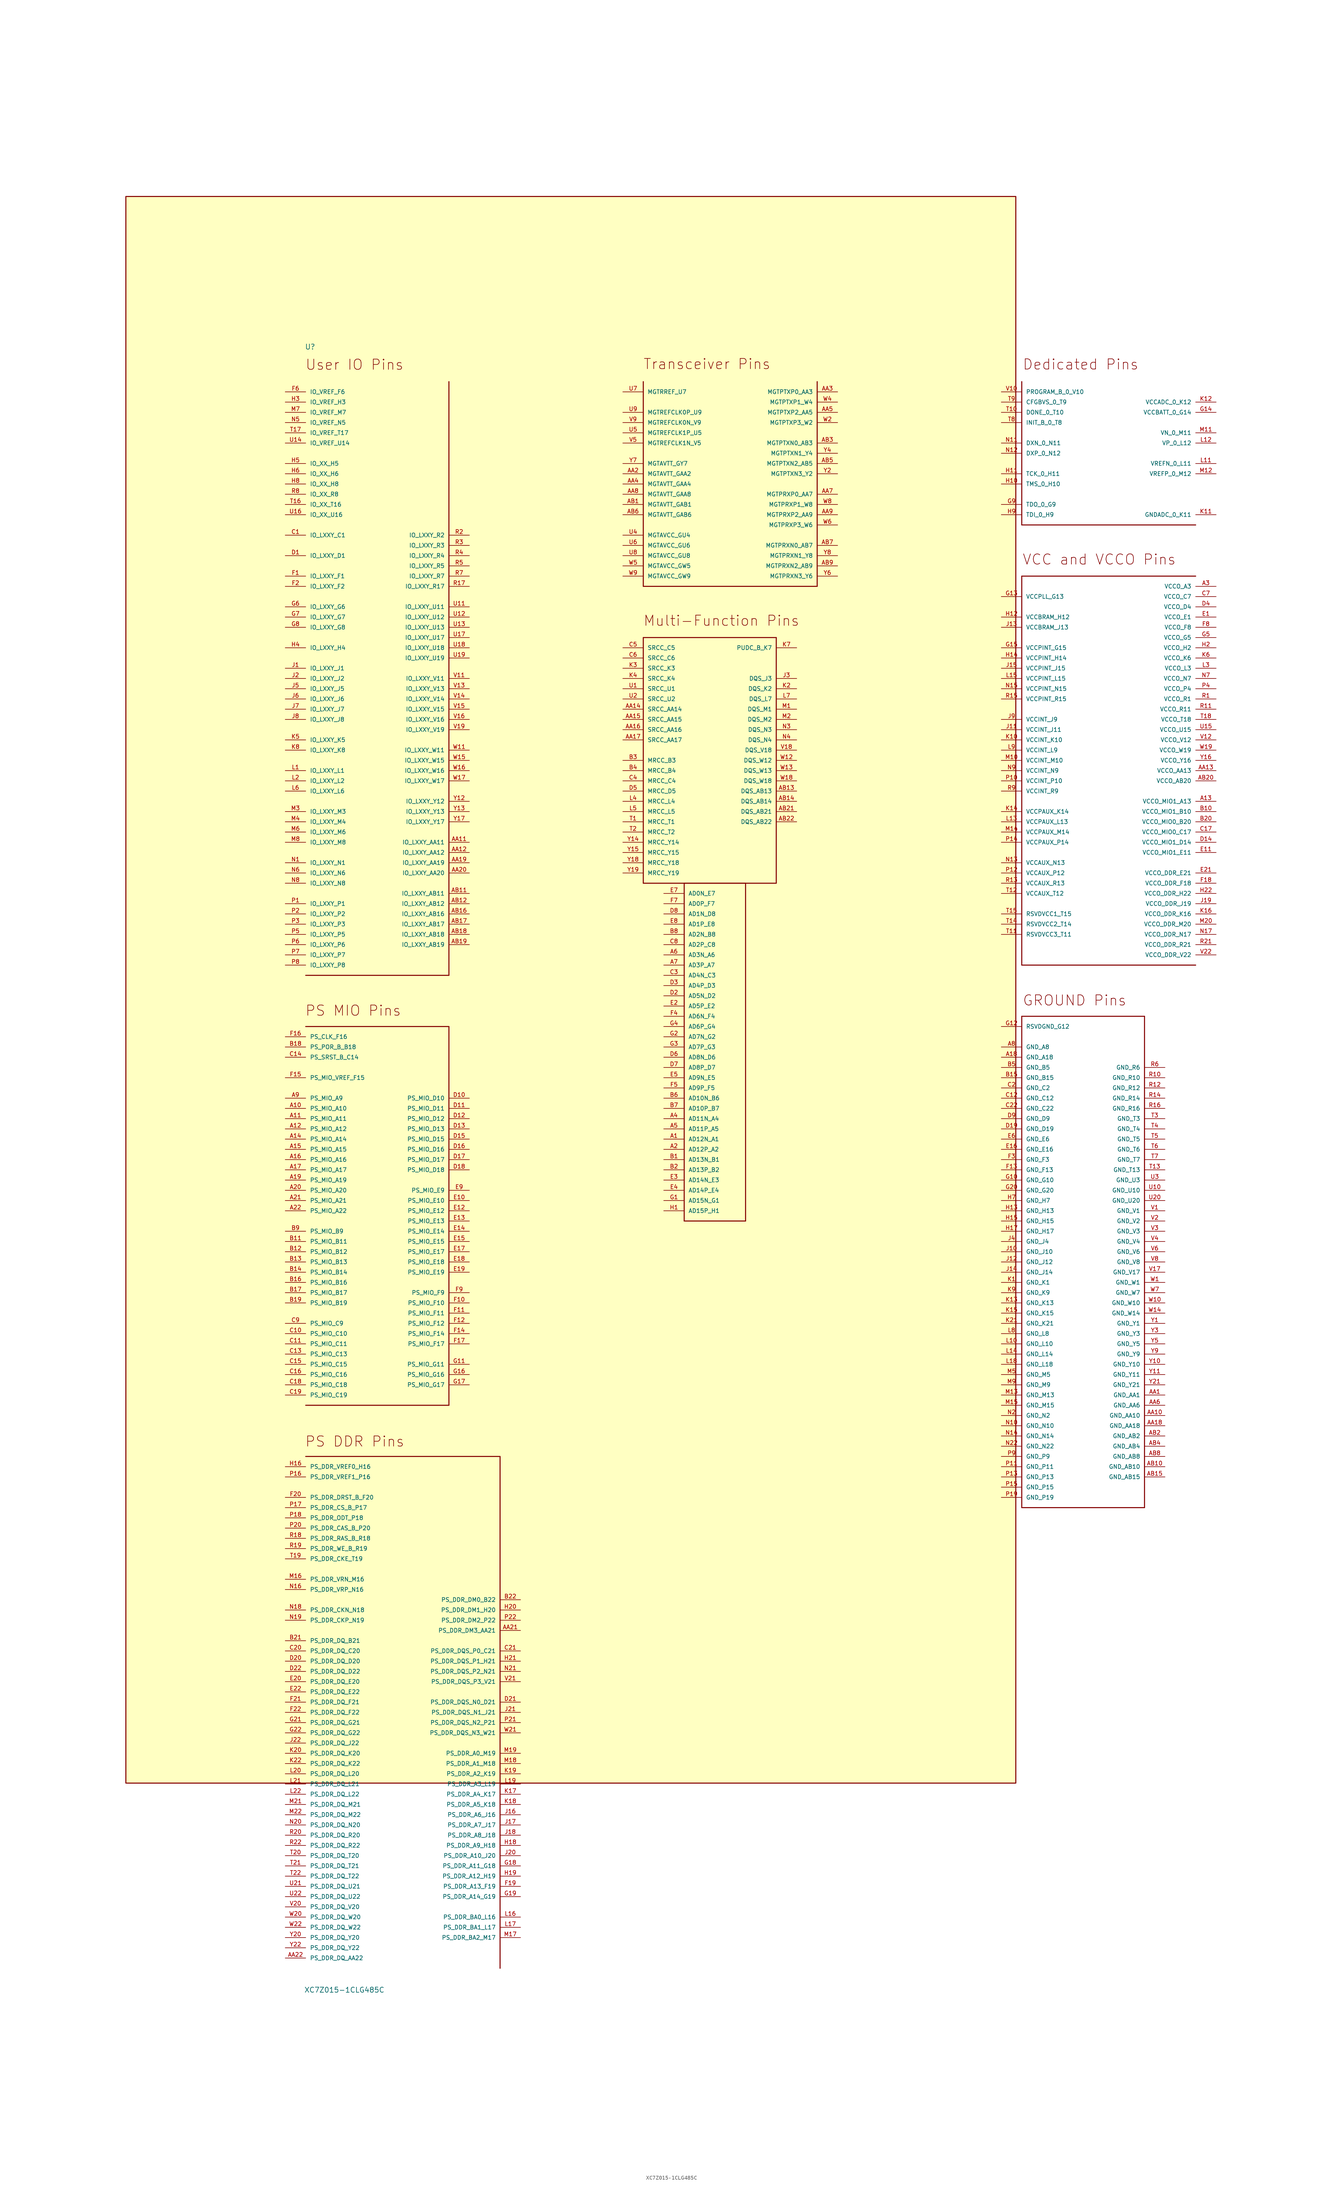
<source format=kicad_sym>
(kicad_symbol_lib
  (version 20211014)
  (generator kicad_symbol_editor)
  (symbol "XC7Z015-1CLG485C"
    (pin_names
      (offset 1.016))
    (property "Reference" "U"
      (at -101.816 129.815 0)
      (effects (font (size 1.27 1.27)) (justify bottom left)))
    (property "Value" "XC7Z015-1CLG485C"
      (at -101.98 -277.894 0)
      (effects (font (size 1.27 1.27)) (justify bottom left)))
    (symbol "XC7Z015-1CLG485C_0_0"
      (polyline (pts (xy -101.6 -25.4) (xy -66.04 -25.4)) (stroke (width 0.254)))
      (polyline (pts (xy -66.04 -25.4) (xy -66.04 121.92)) (stroke (width 0.254)))
      (text "User IO Pins" (at -101.756 124.651 0) (effects (font (size 2.544 2.544)) (justify bottom left)))
      (polyline (pts (xy -101.6 -132.08) (xy -66.04 -132.08)) (stroke (width 0.254)))
      (polyline (pts (xy -66.04 -132.08) (xy -66.04 -38.1)) (stroke (width 0.254)))
      (polyline (pts (xy -66.04 -38.1) (xy -101.6 -38.1)) (stroke (width 0.254)))
      (text "PS MIO Pins" (at -101.782 -35.624 0) (effects (font (size 2.545 2.545)) (justify bottom left)))
      (polyline (pts (xy -53.34 -271.78) (xy -53.34 -144.78)) (stroke (width 0.254)))
      (polyline (pts (xy -53.34 -144.78) (xy -101.6 -144.78)) (stroke (width 0.254)))
      (text "PS DDR Pins" (at -101.815 -142.541 0) (effects (font (size 2.545 2.545)) (justify bottom left)))
      (polyline (pts (xy 25.4 121.92) (xy 25.4 71.12)) (stroke (width 0.254)))
      (polyline (pts (xy 25.4 71.12) (xy -17.78 71.12)) (stroke (width 0.254)))
      (polyline (pts (xy -17.78 71.12) (xy -17.78 121.92)) (stroke (width 0.254)))
      (text "Transceiver Pins" (at -17.83 124.812 0) (effects (font (size 2.547 2.547)) (justify bottom left)))
      (polyline (pts (xy -17.78 58.42) (xy -17.78 -2.54)) (stroke (width 0.254)))
      (polyline (pts (xy -17.78 -2.54) (xy 15.24 -2.54)) (stroke (width 0.254)))
      (polyline (pts (xy 15.24 -2.54) (xy 15.24 58.42)) (stroke (width 0.254)))
      (polyline (pts (xy 15.24 58.42) (xy -17.78 58.42)) (stroke (width 0.254)))
      (text "Multi-Function Pins" (at -17.827 61.122 0) (effects (font (size 2.547 2.547)) (justify bottom left)))
      (polyline (pts (xy -7.62 -2.54) (xy -7.62 -86.36)) (stroke (width 0.254)))
      (polyline (pts (xy -7.62 -86.36) (xy 7.62 -86.36)) (stroke (width 0.254)))
      (polyline (pts (xy 7.62 -86.36) (xy 7.62 -2.54)) (stroke (width 0.254)))
      (polyline (pts (xy 7.62 -2.54) (xy -7.62 -2.54)) (stroke (width 0.254)))
      (polyline (pts (xy 76.2 121.92) (xy 76.2 86.36)) (stroke (width 0.254)))
      (polyline (pts (xy 76.2 86.36) (xy 119.38 86.36)) (stroke (width 0.254)))
      (text "Dedicated Pins" (at 76.36 124.721 0) (effects (font (size 2.545 2.545)) (justify bottom left)))
      (polyline (pts (xy 76.2 73.66) (xy 76.2 -22.86)) (stroke (width 0.254)))
      (polyline (pts (xy 76.2 -22.86) (xy 119.38 -22.86)) (stroke (width 0.254)))
      (polyline (pts (xy 119.38 73.66) (xy 76.2 73.66)) (stroke (width 0.254)))
      (text "VCC and VCCO Pins" (at 76.317 76.317 0) (effects (font (size 2.544 2.544)) (justify bottom left)))
      (polyline (pts (xy 76.2 -35.56) (xy 76.2 -157.48)) (stroke (width 0.254)))
      (polyline (pts (xy 76.2 -157.48) (xy 106.68 -157.48)) (stroke (width 0.254)))
      (polyline (pts (xy 106.68 -157.48) (xy 106.68 -35.56)) (stroke (width 0.254)))
      (polyline (pts (xy 106.68 -35.56) (xy 76.2 -35.56)) (stroke (width 0.254)))
      (text "GROUND Pins" (at 76.367 -33.092 0) (effects (font (size 2.546 2.546)) (justify bottom left)))
      (rectangle (start -146.257 -225.834) (end 74.723 167.866) (stroke (width 0.254)) (fill (type background)))
      (pin passive line (at -12.7 -66.04 0) (length 5.08) (name "AD12N_A1" (effects (font (size 1.016 1.016)))) (number "A1" (effects (font (size 1.016 1.016)))))
      (pin passive line (at -12.7 -71.12 0) (length 5.08) (name "AD13N_B1" (effects (font (size 1.016 1.016)))) (number "B1" (effects (font (size 1.016 1.016)))))
      (pin passive line (at -106.68 83.82 0) (length 5.08) (name "IO_LXXY_C1" (effects (font (size 1.016 1.016)))) (number "C1" (effects (font (size 1.016 1.016)))))
      (pin passive line (at -106.68 78.74 0) (length 5.08) (name "IO_LXXY_D1" (effects (font (size 1.016 1.016)))) (number "D1" (effects (font (size 1.016 1.016)))))
      (pin passive line (at 124.46 63.5 180.0) (length 5.08) (name "VCCO_E1" (effects (font (size 1.016 1.016)))) (number "E1" (effects (font (size 1.016 1.016)))))
      (pin passive line (at -106.68 73.66 0) (length 5.08) (name "IO_LXXY_F1" (effects (font (size 1.016 1.016)))) (number "F1" (effects (font (size 1.016 1.016)))))
      (pin passive line (at -12.7 -81.28 0) (length 5.08) (name "AD15N_G1" (effects (font (size 1.016 1.016)))) (number "G1" (effects (font (size 1.016 1.016)))))
      (pin passive line (at -12.7 -83.82 0) (length 5.08) (name "AD15P_H1" (effects (font (size 1.016 1.016)))) (number "H1" (effects (font (size 1.016 1.016)))))
      (pin passive line (at -106.68 50.8 0) (length 5.08) (name "IO_LXXY_J1" (effects (font (size 1.016 1.016)))) (number "J1" (effects (font (size 1.016 1.016)))))
      (pin passive line (at 71.12 -101.6 0) (length 5.08) (name "GND_K1" (effects (font (size 1.016 1.016)))) (number "K1" (effects (font (size 1.016 1.016)))))
      (pin passive line (at -106.68 25.4 0) (length 5.08) (name "IO_LXXY_L1" (effects (font (size 1.016 1.016)))) (number "L1" (effects (font (size 1.016 1.016)))))
      (pin passive line (at 20.32 40.64 180.0) (length 5.08) (name "DQS_M1" (effects (font (size 1.016 1.016)))) (number "M1" (effects (font (size 1.016 1.016)))))
      (pin passive line (at -106.68 2.54 0) (length 5.08) (name "IO_LXXY_N1" (effects (font (size 1.016 1.016)))) (number "N1" (effects (font (size 1.016 1.016)))))
      (pin passive line (at -106.68 -7.62 0) (length 5.08) (name "IO_LXXY_P1" (effects (font (size 1.016 1.016)))) (number "P1" (effects (font (size 1.016 1.016)))))
      (pin passive line (at 124.46 43.18 180.0) (length 5.08) (name "VCCO_R1" (effects (font (size 1.016 1.016)))) (number "R1" (effects (font (size 1.016 1.016)))))
      (pin passive line (at -22.86 12.7 0) (length 5.08) (name "MRCC_T1" (effects (font (size 1.016 1.016)))) (number "T1" (effects (font (size 1.016 1.016)))))
      (pin passive line (at -22.86 45.72 0) (length 5.08) (name "SRCC_U1" (effects (font (size 1.016 1.016)))) (number "U1" (effects (font (size 1.016 1.016)))))
      (pin passive line (at 111.76 -83.82 180.0) (length 5.08) (name "GND_V1" (effects (font (size 1.016 1.016)))) (number "V1" (effects (font (size 1.016 1.016)))))
      (pin passive line (at 111.76 -101.6 180.0) (length 5.08) (name "GND_W1" (effects (font (size 1.016 1.016)))) (number "W1" (effects (font (size 1.016 1.016)))))
      (pin passive line (at 111.76 -111.76 180.0) (length 5.08) (name "GND_Y1" (effects (font (size 1.016 1.016)))) (number "Y1" (effects (font (size 1.016 1.016)))))
      (pin passive line (at 111.76 -129.54 180.0) (length 5.08) (name "GND_AA1" (effects (font (size 1.016 1.016)))) (number "AA1" (effects (font (size 1.016 1.016)))))
      (pin passive line (at -22.86 91.44 0) (length 5.08) (name "MGTAVTT_GAB1" (effects (font (size 1.016 1.016)))) (number "AB1" (effects (font (size 1.016 1.016)))))
      (pin passive line (at -12.7 -68.58 0) (length 5.08) (name "AD12P_A2" (effects (font (size 1.016 1.016)))) (number "A2" (effects (font (size 1.016 1.016)))))
      (pin passive line (at -12.7 -73.66 0) (length 5.08) (name "AD13P_B2" (effects (font (size 1.016 1.016)))) (number "B2" (effects (font (size 1.016 1.016)))))
      (pin passive line (at 71.12 -53.34 0) (length 5.08) (name "GND_C2" (effects (font (size 1.016 1.016)))) (number "C2" (effects (font (size 1.016 1.016)))))
      (pin passive line (at -12.7 -30.48 0) (length 5.08) (name "AD5N_D2" (effects (font (size 1.016 1.016)))) (number "D2" (effects (font (size 1.016 1.016)))))
      (pin passive line (at -12.7 -33.02 0) (length 5.08) (name "AD5P_E2" (effects (font (size 1.016 1.016)))) (number "E2" (effects (font (size 1.016 1.016)))))
      (pin passive line (at -106.68 71.12 0) (length 5.08) (name "IO_LXXY_F2" (effects (font (size 1.016 1.016)))) (number "F2" (effects (font (size 1.016 1.016)))))
      (pin passive line (at -12.7 -40.64 0) (length 5.08) (name "AD7N_G2" (effects (font (size 1.016 1.016)))) (number "G2" (effects (font (size 1.016 1.016)))))
      (pin passive line (at 124.46 55.88 180.0) (length 5.08) (name "VCCO_H2" (effects (font (size 1.016 1.016)))) (number "H2" (effects (font (size 1.016 1.016)))))
      (pin passive line (at -106.68 48.26 0) (length 5.08) (name "IO_LXXY_J2" (effects (font (size 1.016 1.016)))) (number "J2" (effects (font (size 1.016 1.016)))))
      (pin passive line (at 20.32 45.72 180.0) (length 5.08) (name "DQS_K2" (effects (font (size 1.016 1.016)))) (number "K2" (effects (font (size 1.016 1.016)))))
      (pin passive line (at -106.68 22.86 0) (length 5.08) (name "IO_LXXY_L2" (effects (font (size 1.016 1.016)))) (number "L2" (effects (font (size 1.016 1.016)))))
      (pin passive line (at 20.32 38.1 180.0) (length 5.08) (name "DQS_M2" (effects (font (size 1.016 1.016)))) (number "M2" (effects (font (size 1.016 1.016)))))
      (pin passive line (at 71.12 -134.62 0) (length 5.08) (name "GND_N2" (effects (font (size 1.016 1.016)))) (number "N2" (effects (font (size 1.016 1.016)))))
      (pin passive line (at -106.68 -10.16 0) (length 5.08) (name "IO_LXXY_P2" (effects (font (size 1.016 1.016)))) (number "P2" (effects (font (size 1.016 1.016)))))
      (pin passive line (at -60.96 83.82 180.0) (length 5.08) (name "IO_LXXY_R2" (effects (font (size 1.016 1.016)))) (number "R2" (effects (font (size 1.016 1.016)))))
      (pin passive line (at -22.86 10.16 0) (length 5.08) (name "MRCC_T2" (effects (font (size 1.016 1.016)))) (number "T2" (effects (font (size 1.016 1.016)))))
      (pin passive line (at -22.86 43.18 0) (length 5.08) (name "SRCC_U2" (effects (font (size 1.016 1.016)))) (number "U2" (effects (font (size 1.016 1.016)))))
      (pin passive line (at 111.76 -86.36 180.0) (length 5.08) (name "GND_V2" (effects (font (size 1.016 1.016)))) (number "V2" (effects (font (size 1.016 1.016)))))
      (pin passive line (at 30.48 111.76 180.0) (length 5.08) (name "MGTPTXP3_W2" (effects (font (size 1.016 1.016)))) (number "W2" (effects (font (size 1.016 1.016)))))
      (pin passive line (at 30.48 99.06 180.0) (length 5.08) (name "MGTPTXN3_Y2" (effects (font (size 1.016 1.016)))) (number "Y2" (effects (font (size 1.016 1.016)))))
      (pin passive line (at -22.86 99.06 0) (length 5.08) (name "MGTAVTT_GAA2" (effects (font (size 1.016 1.016)))) (number "AA2" (effects (font (size 1.016 1.016)))))
      (pin passive line (at 111.76 -139.7 180.0) (length 5.08) (name "GND_AB2" (effects (font (size 1.016 1.016)))) (number "AB2" (effects (font (size 1.016 1.016)))))
      (pin passive line (at 124.46 71.12 180.0) (length 5.08) (name "VCCO_A3" (effects (font (size 1.016 1.016)))) (number "A3" (effects (font (size 1.016 1.016)))))
      (pin passive line (at -22.86 27.94 0) (length 5.08) (name "MRCC_B3" (effects (font (size 1.016 1.016)))) (number "B3" (effects (font (size 1.016 1.016)))))
      (pin passive line (at -12.7 -25.4 0) (length 5.08) (name "AD4N_C3" (effects (font (size 1.016 1.016)))) (number "C3" (effects (font (size 1.016 1.016)))))
      (pin passive line (at -12.7 -27.94 0) (length 5.08) (name "AD4P_D3" (effects (font (size 1.016 1.016)))) (number "D3" (effects (font (size 1.016 1.016)))))
      (pin passive line (at -12.7 -76.2 0) (length 5.08) (name "AD14N_E3" (effects (font (size 1.016 1.016)))) (number "E3" (effects (font (size 1.016 1.016)))))
      (pin passive line (at 71.12 -71.12 0) (length 5.08) (name "GND_F3" (effects (font (size 1.016 1.016)))) (number "F3" (effects (font (size 1.016 1.016)))))
      (pin passive line (at -12.7 -43.18 0) (length 5.08) (name "AD7P_G3" (effects (font (size 1.016 1.016)))) (number "G3" (effects (font (size 1.016 1.016)))))
      (pin passive line (at -106.68 116.84 0) (length 5.08) (name "IO_VREF_H3" (effects (font (size 1.016 1.016)))) (number "H3" (effects (font (size 1.016 1.016)))))
      (pin passive line (at 20.32 48.26 180.0) (length 5.08) (name "DQS_J3" (effects (font (size 1.016 1.016)))) (number "J3" (effects (font (size 1.016 1.016)))))
      (pin passive line (at -22.86 50.8 0) (length 5.08) (name "SRCC_K3" (effects (font (size 1.016 1.016)))) (number "K3" (effects (font (size 1.016 1.016)))))
      (pin passive line (at 124.46 50.8 180.0) (length 5.08) (name "VCCO_L3" (effects (font (size 1.016 1.016)))) (number "L3" (effects (font (size 1.016 1.016)))))
      (pin passive line (at -106.68 15.24 0) (length 5.08) (name "IO_LXXY_M3" (effects (font (size 1.016 1.016)))) (number "M3" (effects (font (size 1.016 1.016)))))
      (pin passive line (at 20.32 35.56 180.0) (length 5.08) (name "DQS_N3" (effects (font (size 1.016 1.016)))) (number "N3" (effects (font (size 1.016 1.016)))))
      (pin passive line (at -106.68 -12.7 0) (length 5.08) (name "IO_LXXY_P3" (effects (font (size 1.016 1.016)))) (number "P3" (effects (font (size 1.016 1.016)))))
      (pin passive line (at -60.96 81.28 180.0) (length 5.08) (name "IO_LXXY_R3" (effects (font (size 1.016 1.016)))) (number "R3" (effects (font (size 1.016 1.016)))))
      (pin passive line (at 111.76 -60.96 180.0) (length 5.08) (name "GND_T3" (effects (font (size 1.016 1.016)))) (number "T3" (effects (font (size 1.016 1.016)))))
      (pin passive line (at 111.76 -76.2 180.0) (length 5.08) (name "GND_U3" (effects (font (size 1.016 1.016)))) (number "U3" (effects (font (size 1.016 1.016)))))
      (pin passive line (at 111.76 -88.9 180.0) (length 5.08) (name "GND_V3" (effects (font (size 1.016 1.016)))) (number "V3" (effects (font (size 1.016 1.016)))))
      (pin passive line (at 111.76 -114.3 180.0) (length 5.08) (name "GND_Y3" (effects (font (size 1.016 1.016)))) (number "Y3" (effects (font (size 1.016 1.016)))))
      (pin passive line (at 30.48 119.38 180.0) (length 5.08) (name "MGTPTXP0_AA3" (effects (font (size 1.016 1.016)))) (number "AA3" (effects (font (size 1.016 1.016)))))
      (pin passive line (at 30.48 106.68 180.0) (length 5.08) (name "MGTPTXN0_AB3" (effects (font (size 1.016 1.016)))) (number "AB3" (effects (font (size 1.016 1.016)))))
      (pin passive line (at -12.7 -60.96 0) (length 5.08) (name "AD11N_A4" (effects (font (size 1.016 1.016)))) (number "A4" (effects (font (size 1.016 1.016)))))
      (pin passive line (at -22.86 25.4 0) (length 5.08) (name "MRCC_B4" (effects (font (size 1.016 1.016)))) (number "B4" (effects (font (size 1.016 1.016)))))
      (pin passive line (at -22.86 22.86 0) (length 5.08) (name "MRCC_C4" (effects (font (size 1.016 1.016)))) (number "C4" (effects (font (size 1.016 1.016)))))
      (pin passive line (at 124.46 66.04 180.0) (length 5.08) (name "VCCO_D4" (effects (font (size 1.016 1.016)))) (number "D4" (effects (font (size 1.016 1.016)))))
      (pin passive line (at -12.7 -78.74 0) (length 5.08) (name "AD14P_E4" (effects (font (size 1.016 1.016)))) (number "E4" (effects (font (size 1.016 1.016)))))
      (pin passive line (at -12.7 -35.56 0) (length 5.08) (name "AD6N_F4" (effects (font (size 1.016 1.016)))) (number "F4" (effects (font (size 1.016 1.016)))))
      (pin passive line (at -12.7 -38.1 0) (length 5.08) (name "AD6P_G4" (effects (font (size 1.016 1.016)))) (number "G4" (effects (font (size 1.016 1.016)))))
      (pin passive line (at -106.68 55.88 0) (length 5.08) (name "IO_LXXY_H4" (effects (font (size 1.016 1.016)))) (number "H4" (effects (font (size 1.016 1.016)))))
      (pin passive line (at 71.12 -91.44 0) (length 5.08) (name "GND_J4" (effects (font (size 1.016 1.016)))) (number "J4" (effects (font (size 1.016 1.016)))))
      (pin passive line (at -22.86 48.26 0) (length 5.08) (name "SRCC_K4" (effects (font (size 1.016 1.016)))) (number "K4" (effects (font (size 1.016 1.016)))))
      (pin passive line (at -22.86 17.78 0) (length 5.08) (name "MRCC_L4" (effects (font (size 1.016 1.016)))) (number "L4" (effects (font (size 1.016 1.016)))))
      (pin passive line (at -106.68 12.7 0) (length 5.08) (name "IO_LXXY_M4" (effects (font (size 1.016 1.016)))) (number "M4" (effects (font (size 1.016 1.016)))))
      (pin passive line (at 20.32 33.02 180.0) (length 5.08) (name "DQS_N4" (effects (font (size 1.016 1.016)))) (number "N4" (effects (font (size 1.016 1.016)))))
      (pin passive line (at 124.46 45.72 180.0) (length 5.08) (name "VCCO_P4" (effects (font (size 1.016 1.016)))) (number "P4" (effects (font (size 1.016 1.016)))))
      (pin passive line (at -60.96 78.74 180.0) (length 5.08) (name "IO_LXXY_R4" (effects (font (size 1.016 1.016)))) (number "R4" (effects (font (size 1.016 1.016)))))
      (pin passive line (at 111.76 -63.5 180.0) (length 5.08) (name "GND_T4" (effects (font (size 1.016 1.016)))) (number "T4" (effects (font (size 1.016 1.016)))))
      (pin passive line (at -22.86 83.82 0) (length 5.08) (name "MGTAVCC_GU4" (effects (font (size 1.016 1.016)))) (number "U4" (effects (font (size 1.016 1.016)))))
      (pin passive line (at 111.76 -91.44 180.0) (length 5.08) (name "GND_V4" (effects (font (size 1.016 1.016)))) (number "V4" (effects (font (size 1.016 1.016)))))
      (pin passive line (at 30.48 116.84 180.0) (length 5.08) (name "MGTPTXP1_W4" (effects (font (size 1.016 1.016)))) (number "W4" (effects (font (size 1.016 1.016)))))
      (pin passive line (at 30.48 104.14 180.0) (length 5.08) (name "MGTPTXN1_Y4" (effects (font (size 1.016 1.016)))) (number "Y4" (effects (font (size 1.016 1.016)))))
      (pin passive line (at -22.86 96.52 0) (length 5.08) (name "MGTAVTT_GAA4" (effects (font (size 1.016 1.016)))) (number "AA4" (effects (font (size 1.016 1.016)))))
      (pin passive line (at 111.76 -142.24 180.0) (length 5.08) (name "GND_AB4" (effects (font (size 1.016 1.016)))) (number "AB4" (effects (font (size 1.016 1.016)))))
      (pin passive line (at -12.7 -63.5 0) (length 5.08) (name "AD11P_A5" (effects (font (size 1.016 1.016)))) (number "A5" (effects (font (size 1.016 1.016)))))
      (pin passive line (at 71.12 -48.26 0) (length 5.08) (name "GND_B5" (effects (font (size 1.016 1.016)))) (number "B5" (effects (font (size 1.016 1.016)))))
      (pin passive line (at -22.86 55.88 0) (length 5.08) (name "SRCC_C5" (effects (font (size 1.016 1.016)))) (number "C5" (effects (font (size 1.016 1.016)))))
      (pin passive line (at -22.86 20.32 0) (length 5.08) (name "MRCC_D5" (effects (font (size 1.016 1.016)))) (number "D5" (effects (font (size 1.016 1.016)))))
      (pin passive line (at -12.7 -50.8 0) (length 5.08) (name "AD9N_E5" (effects (font (size 1.016 1.016)))) (number "E5" (effects (font (size 1.016 1.016)))))
      (pin passive line (at -12.7 -53.34 0) (length 5.08) (name "AD9P_F5" (effects (font (size 1.016 1.016)))) (number "F5" (effects (font (size 1.016 1.016)))))
      (pin passive line (at 124.46 58.42 180.0) (length 5.08) (name "VCCO_G5" (effects (font (size 1.016 1.016)))) (number "G5" (effects (font (size 1.016 1.016)))))
      (pin passive line (at -106.68 101.6 0) (length 5.08) (name "IO_XX_H5" (effects (font (size 1.016 1.016)))) (number "H5" (effects (font (size 1.016 1.016)))))
      (pin passive line (at -106.68 45.72 0) (length 5.08) (name "IO_LXXY_J5" (effects (font (size 1.016 1.016)))) (number "J5" (effects (font (size 1.016 1.016)))))
      (pin passive line (at -106.68 33.02 0) (length 5.08) (name "IO_LXXY_K5" (effects (font (size 1.016 1.016)))) (number "K5" (effects (font (size 1.016 1.016)))))
      (pin passive line (at -22.86 15.24 0) (length 5.08) (name "MRCC_L5" (effects (font (size 1.016 1.016)))) (number "L5" (effects (font (size 1.016 1.016)))))
      (pin passive line (at 71.12 -124.46 0) (length 5.08) (name "GND_M5" (effects (font (size 1.016 1.016)))) (number "M5" (effects (font (size 1.016 1.016)))))
      (pin passive line (at -106.68 111.76 0) (length 5.08) (name "IO_VREF_N5" (effects (font (size 1.016 1.016)))) (number "N5" (effects (font (size 1.016 1.016)))))
      (pin passive line (at -106.68 -15.24 0) (length 5.08) (name "IO_LXXY_P5" (effects (font (size 1.016 1.016)))) (number "P5" (effects (font (size 1.016 1.016)))))
      (pin passive line (at -60.96 76.2 180.0) (length 5.08) (name "IO_LXXY_R5" (effects (font (size 1.016 1.016)))) (number "R5" (effects (font (size 1.016 1.016)))))
      (pin passive line (at 111.76 -66.04 180.0) (length 5.08) (name "GND_T5" (effects (font (size 1.016 1.016)))) (number "T5" (effects (font (size 1.016 1.016)))))
      (pin passive line (at -22.86 109.22 0) (length 5.08) (name "MGTREFCLK1P_U5" (effects (font (size 1.016 1.016)))) (number "U5" (effects (font (size 1.016 1.016)))))
      (pin passive line (at -22.86 106.68 0) (length 5.08) (name "MGTREFCLK1N_V5" (effects (font (size 1.016 1.016)))) (number "V5" (effects (font (size 1.016 1.016)))))
      (pin passive line (at -22.86 76.2 0) (length 5.08) (name "MGTAVCC_GW5" (effects (font (size 1.016 1.016)))) (number "W5" (effects (font (size 1.016 1.016)))))
      (pin passive line (at 111.76 -116.84 180.0) (length 5.08) (name "GND_Y5" (effects (font (size 1.016 1.016)))) (number "Y5" (effects (font (size 1.016 1.016)))))
      (pin passive line (at 30.48 114.3 180.0) (length 5.08) (name "MGTPTXP2_AA5" (effects (font (size 1.016 1.016)))) (number "AA5" (effects (font (size 1.016 1.016)))))
      (pin passive line (at 30.48 101.6 180.0) (length 5.08) (name "MGTPTXN2_AB5" (effects (font (size 1.016 1.016)))) (number "AB5" (effects (font (size 1.016 1.016)))))
      (pin passive line (at -12.7 -20.32 0) (length 5.08) (name "AD3N_A6" (effects (font (size 1.016 1.016)))) (number "A6" (effects (font (size 1.016 1.016)))))
      (pin passive line (at -12.7 -55.88 0) (length 5.08) (name "AD10N_B6" (effects (font (size 1.016 1.016)))) (number "B6" (effects (font (size 1.016 1.016)))))
      (pin passive line (at -22.86 53.34 0) (length 5.08) (name "SRCC_C6" (effects (font (size 1.016 1.016)))) (number "C6" (effects (font (size 1.016 1.016)))))
      (pin passive line (at -12.7 -45.72 0) (length 5.08) (name "AD8N_D6" (effects (font (size 1.016 1.016)))) (number "D6" (effects (font (size 1.016 1.016)))))
      (pin passive line (at 71.12 -66.04 0) (length 5.08) (name "GND_E6" (effects (font (size 1.016 1.016)))) (number "E6" (effects (font (size 1.016 1.016)))))
      (pin passive line (at -106.68 119.38 0) (length 5.08) (name "IO_VREF_F6" (effects (font (size 1.016 1.016)))) (number "F6" (effects (font (size 1.016 1.016)))))
      (pin passive line (at -106.68 66.04 0) (length 5.08) (name "IO_LXXY_G6" (effects (font (size 1.016 1.016)))) (number "G6" (effects (font (size 1.016 1.016)))))
      (pin passive line (at -106.68 99.06 0) (length 5.08) (name "IO_XX_H6" (effects (font (size 1.016 1.016)))) (number "H6" (effects (font (size 1.016 1.016)))))
      (pin passive line (at -106.68 43.18 0) (length 5.08) (name "IO_LXXY_J6" (effects (font (size 1.016 1.016)))) (number "J6" (effects (font (size 1.016 1.016)))))
      (pin passive line (at 124.46 53.34 180.0) (length 5.08) (name "VCCO_K6" (effects (font (size 1.016 1.016)))) (number "K6" (effects (font (size 1.016 1.016)))))
      (pin passive line (at -106.68 20.32 0) (length 5.08) (name "IO_LXXY_L6" (effects (font (size 1.016 1.016)))) (number "L6" (effects (font (size 1.016 1.016)))))
      (pin passive line (at -106.68 10.16 0) (length 5.08) (name "IO_LXXY_M6" (effects (font (size 1.016 1.016)))) (number "M6" (effects (font (size 1.016 1.016)))))
      (pin passive line (at -106.68 0.0 0) (length 5.08) (name "IO_LXXY_N6" (effects (font (size 1.016 1.016)))) (number "N6" (effects (font (size 1.016 1.016)))))
      (pin passive line (at -106.68 -17.78 0) (length 5.08) (name "IO_LXXY_P6" (effects (font (size 1.016 1.016)))) (number "P6" (effects (font (size 1.016 1.016)))))
      (pin passive line (at 111.76 -48.26 180.0) (length 5.08) (name "GND_R6" (effects (font (size 1.016 1.016)))) (number "R6" (effects (font (size 1.016 1.016)))))
      (pin passive line (at 111.76 -68.58 180.0) (length 5.08) (name "GND_T6" (effects (font (size 1.016 1.016)))) (number "T6" (effects (font (size 1.016 1.016)))))
      (pin passive line (at -22.86 81.28 0) (length 5.08) (name "MGTAVCC_GU6" (effects (font (size 1.016 1.016)))) (number "U6" (effects (font (size 1.016 1.016)))))
      (pin passive line (at 111.76 -93.98 180.0) (length 5.08) (name "GND_V6" (effects (font (size 1.016 1.016)))) (number "V6" (effects (font (size 1.016 1.016)))))
      (pin passive line (at 30.48 86.36 180.0) (length 5.08) (name "MGTPRXP3_W6" (effects (font (size 1.016 1.016)))) (number "W6" (effects (font (size 1.016 1.016)))))
      (pin passive line (at 30.48 73.66 180.0) (length 5.08) (name "MGTPRXN3_Y6" (effects (font (size 1.016 1.016)))) (number "Y6" (effects (font (size 1.016 1.016)))))
      (pin passive line (at 111.76 -132.08 180.0) (length 5.08) (name "GND_AA6" (effects (font (size 1.016 1.016)))) (number "AA6" (effects (font (size 1.016 1.016)))))
      (pin passive line (at -22.86 88.9 0) (length 5.08) (name "MGTAVTT_GAB6" (effects (font (size 1.016 1.016)))) (number "AB6" (effects (font (size 1.016 1.016)))))
      (pin passive line (at -12.7 -22.86 0) (length 5.08) (name "AD3P_A7" (effects (font (size 1.016 1.016)))) (number "A7" (effects (font (size 1.016 1.016)))))
      (pin passive line (at -12.7 -58.42 0) (length 5.08) (name "AD10P_B7" (effects (font (size 1.016 1.016)))) (number "B7" (effects (font (size 1.016 1.016)))))
      (pin passive line (at 124.46 68.58 180.0) (length 5.08) (name "VCCO_C7" (effects (font (size 1.016 1.016)))) (number "C7" (effects (font (size 1.016 1.016)))))
      (pin passive line (at -12.7 -48.26 0) (length 5.08) (name "AD8P_D7" (effects (font (size 1.016 1.016)))) (number "D7" (effects (font (size 1.016 1.016)))))
      (pin passive line (at -12.7 -5.08 0) (length 5.08) (name "AD0N_E7" (effects (font (size 1.016 1.016)))) (number "E7" (effects (font (size 1.016 1.016)))))
      (pin passive line (at -12.7 -7.62 0) (length 5.08) (name "AD0P_F7" (effects (font (size 1.016 1.016)))) (number "F7" (effects (font (size 1.016 1.016)))))
      (pin passive line (at -106.68 63.5 0) (length 5.08) (name "IO_LXXY_G7" (effects (font (size 1.016 1.016)))) (number "G7" (effects (font (size 1.016 1.016)))))
      (pin passive line (at 71.12 -81.28 0) (length 5.08) (name "GND_H7" (effects (font (size 1.016 1.016)))) (number "H7" (effects (font (size 1.016 1.016)))))
      (pin passive line (at -106.68 40.64 0) (length 5.08) (name "IO_LXXY_J7" (effects (font (size 1.016 1.016)))) (number "J7" (effects (font (size 1.016 1.016)))))
      (pin passive line (at 20.32 55.88 180.0) (length 5.08) (name "PUDC_B_K7" (effects (font (size 1.016 1.016)))) (number "K7" (effects (font (size 1.016 1.016)))))
      (pin passive line (at 20.32 43.18 180.0) (length 5.08) (name "DQS_L7" (effects (font (size 1.016 1.016)))) (number "L7" (effects (font (size 1.016 1.016)))))
      (pin passive line (at -106.68 114.3 0) (length 5.08) (name "IO_VREF_M7" (effects (font (size 1.016 1.016)))) (number "M7" (effects (font (size 1.016 1.016)))))
      (pin passive line (at 124.46 48.26 180.0) (length 5.08) (name "VCCO_N7" (effects (font (size 1.016 1.016)))) (number "N7" (effects (font (size 1.016 1.016)))))
      (pin passive line (at -106.68 -20.32 0) (length 5.08) (name "IO_LXXY_P7" (effects (font (size 1.016 1.016)))) (number "P7" (effects (font (size 1.016 1.016)))))
      (pin passive line (at -60.96 73.66 180.0) (length 5.08) (name "IO_LXXY_R7" (effects (font (size 1.016 1.016)))) (number "R7" (effects (font (size 1.016 1.016)))))
      (pin passive line (at 111.76 -71.12 180.0) (length 5.08) (name "GND_T7" (effects (font (size 1.016 1.016)))) (number "T7" (effects (font (size 1.016 1.016)))))
      (pin passive line (at -22.86 119.38 0) (length 5.08) (name "MGTRREF_U7" (effects (font (size 1.016 1.016)))) (number "U7" (effects (font (size 1.016 1.016)))))
      (pin passive line (at 111.76 -104.14 180.0) (length 5.08) (name "GND_W7" (effects (font (size 1.016 1.016)))) (number "W7" (effects (font (size 1.016 1.016)))))
      (pin passive line (at -22.86 101.6 0) (length 5.08) (name "MGTAVTT_GY7" (effects (font (size 1.016 1.016)))) (number "Y7" (effects (font (size 1.016 1.016)))))
      (pin passive line (at 30.48 93.98 180.0) (length 5.08) (name "MGTPRXP0_AA7" (effects (font (size 1.016 1.016)))) (number "AA7" (effects (font (size 1.016 1.016)))))
      (pin passive line (at 30.48 81.28 180.0) (length 5.08) (name "MGTPRXN0_AB7" (effects (font (size 1.016 1.016)))) (number "AB7" (effects (font (size 1.016 1.016)))))
      (pin passive line (at 71.12 -43.18 0) (length 5.08) (name "GND_A8" (effects (font (size 1.016 1.016)))) (number "A8" (effects (font (size 1.016 1.016)))))
      (pin passive line (at -12.7 -15.24 0) (length 5.08) (name "AD2N_B8" (effects (font (size 1.016 1.016)))) (number "B8" (effects (font (size 1.016 1.016)))))
      (pin passive line (at -12.7 -17.78 0) (length 5.08) (name "AD2P_C8" (effects (font (size 1.016 1.016)))) (number "C8" (effects (font (size 1.016 1.016)))))
      (pin passive line (at -12.7 -10.16 0) (length 5.08) (name "AD1N_D8" (effects (font (size 1.016 1.016)))) (number "D8" (effects (font (size 1.016 1.016)))))
      (pin passive line (at -12.7 -12.7 0) (length 5.08) (name "AD1P_E8" (effects (font (size 1.016 1.016)))) (number "E8" (effects (font (size 1.016 1.016)))))
      (pin passive line (at 124.46 60.96 180.0) (length 5.08) (name "VCCO_F8" (effects (font (size 1.016 1.016)))) (number "F8" (effects (font (size 1.016 1.016)))))
      (pin passive line (at -106.68 60.96 0) (length 5.08) (name "IO_LXXY_G8" (effects (font (size 1.016 1.016)))) (number "G8" (effects (font (size 1.016 1.016)))))
      (pin passive line (at -106.68 96.52 0) (length 5.08) (name "IO_XX_H8" (effects (font (size 1.016 1.016)))) (number "H8" (effects (font (size 1.016 1.016)))))
      (pin passive line (at -106.68 38.1 0) (length 5.08) (name "IO_LXXY_J8" (effects (font (size 1.016 1.016)))) (number "J8" (effects (font (size 1.016 1.016)))))
      (pin passive line (at -106.68 30.48 0) (length 5.08) (name "IO_LXXY_K8" (effects (font (size 1.016 1.016)))) (number "K8" (effects (font (size 1.016 1.016)))))
      (pin passive line (at 71.12 -114.3 0) (length 5.08) (name "GND_L8" (effects (font (size 1.016 1.016)))) (number "L8" (effects (font (size 1.016 1.016)))))
      (pin passive line (at -106.68 7.62 0) (length 5.08) (name "IO_LXXY_M8" (effects (font (size 1.016 1.016)))) (number "M8" (effects (font (size 1.016 1.016)))))
      (pin passive line (at -106.68 -2.54 0) (length 5.08) (name "IO_LXXY_N8" (effects (font (size 1.016 1.016)))) (number "N8" (effects (font (size 1.016 1.016)))))
      (pin passive line (at -106.68 -22.86 0) (length 5.08) (name "IO_LXXY_P8" (effects (font (size 1.016 1.016)))) (number "P8" (effects (font (size 1.016 1.016)))))
      (pin passive line (at -106.68 93.98 0) (length 5.08) (name "IO_XX_R8" (effects (font (size 1.016 1.016)))) (number "R8" (effects (font (size 1.016 1.016)))))
      (pin passive line (at 71.12 111.76 0) (length 5.08) (name "INIT_B_0_T8" (effects (font (size 1.016 1.016)))) (number "T8" (effects (font (size 1.016 1.016)))))
      (pin passive line (at -22.86 78.74 0) (length 5.08) (name "MGTAVCC_GU8" (effects (font (size 1.016 1.016)))) (number "U8" (effects (font (size 1.016 1.016)))))
      (pin passive line (at 111.76 -96.52 180.0) (length 5.08) (name "GND_V8" (effects (font (size 1.016 1.016)))) (number "V8" (effects (font (size 1.016 1.016)))))
      (pin passive line (at 30.48 91.44 180.0) (length 5.08) (name "MGTPRXP1_W8" (effects (font (size 1.016 1.016)))) (number "W8" (effects (font (size 1.016 1.016)))))
      (pin passive line (at 30.48 78.74 180.0) (length 5.08) (name "MGTPRXN1_Y8" (effects (font (size 1.016 1.016)))) (number "Y8" (effects (font (size 1.016 1.016)))))
      (pin passive line (at -22.86 93.98 0) (length 5.08) (name "MGTAVTT_GAA8" (effects (font (size 1.016 1.016)))) (number "AA8" (effects (font (size 1.016 1.016)))))
      (pin passive line (at 111.76 -144.78 180.0) (length 5.08) (name "GND_AB8" (effects (font (size 1.016 1.016)))) (number "AB8" (effects (font (size 1.016 1.016)))))
      (pin passive line (at -106.68 -55.88 0) (length 5.08) (name "PS_MIO_A9" (effects (font (size 1.016 1.016)))) (number "A9" (effects (font (size 1.016 1.016)))))
      (pin passive line (at -106.68 -88.9 0) (length 5.08) (name "PS_MIO_B9" (effects (font (size 1.016 1.016)))) (number "B9" (effects (font (size 1.016 1.016)))))
      (pin passive line (at -106.68 -111.76 0) (length 5.08) (name "PS_MIO_C9" (effects (font (size 1.016 1.016)))) (number "C9" (effects (font (size 1.016 1.016)))))
      (pin passive line (at 71.12 -60.96 0) (length 5.08) (name "GND_D9" (effects (font (size 1.016 1.016)))) (number "D9" (effects (font (size 1.016 1.016)))))
      (pin passive line (at -60.96 -78.74 180.0) (length 5.08) (name "PS_MIO_E9" (effects (font (size 1.016 1.016)))) (number "E9" (effects (font (size 1.016 1.016)))))
      (pin passive line (at -60.96 -104.14 180.0) (length 5.08) (name "PS_MIO_F9" (effects (font (size 1.016 1.016)))) (number "F9" (effects (font (size 1.016 1.016)))))
      (pin passive line (at 71.12 91.44 0) (length 5.08) (name "TDO_0_G9" (effects (font (size 1.016 1.016)))) (number "G9" (effects (font (size 1.016 1.016)))))
      (pin passive line (at 71.12 88.9 0) (length 5.08) (name "TDI_0_H9" (effects (font (size 1.016 1.016)))) (number "H9" (effects (font (size 1.016 1.016)))))
      (pin passive line (at 71.12 38.1 0) (length 5.08) (name "VCCINT_J9" (effects (font (size 1.016 1.016)))) (number "J9" (effects (font (size 1.016 1.016)))))
      (pin passive line (at 71.12 -104.14 0) (length 5.08) (name "GND_K9" (effects (font (size 1.016 1.016)))) (number "K9" (effects (font (size 1.016 1.016)))))
      (pin passive line (at 71.12 30.48 0) (length 5.08) (name "VCCINT_L9" (effects (font (size 1.016 1.016)))) (number "L9" (effects (font (size 1.016 1.016)))))
      (pin passive line (at 71.12 -127.0 0) (length 5.08) (name "GND_M9" (effects (font (size 1.016 1.016)))) (number "M9" (effects (font (size 1.016 1.016)))))
      (pin passive line (at 71.12 25.4 0) (length 5.08) (name "VCCINT_N9" (effects (font (size 1.016 1.016)))) (number "N9" (effects (font (size 1.016 1.016)))))
      (pin passive line (at 71.12 -144.78 0) (length 5.08) (name "GND_P9" (effects (font (size 1.016 1.016)))) (number "P9" (effects (font (size 1.016 1.016)))))
      (pin passive line (at 71.12 20.32 0) (length 5.08) (name "VCCINT_R9" (effects (font (size 1.016 1.016)))) (number "R9" (effects (font (size 1.016 1.016)))))
      (pin passive line (at 71.12 116.84 0) (length 5.08) (name "CFGBVS_0_T9" (effects (font (size 1.016 1.016)))) (number "T9" (effects (font (size 1.016 1.016)))))
      (pin passive line (at -22.86 114.3 0) (length 5.08) (name "MGTREFCLK0P_U9" (effects (font (size 1.016 1.016)))) (number "U9" (effects (font (size 1.016 1.016)))))
      (pin passive line (at -22.86 111.76 0) (length 5.08) (name "MGTREFCLK0N_V9" (effects (font (size 1.016 1.016)))) (number "V9" (effects (font (size 1.016 1.016)))))
      (pin passive line (at -22.86 73.66 0) (length 5.08) (name "MGTAVCC_GW9" (effects (font (size 1.016 1.016)))) (number "W9" (effects (font (size 1.016 1.016)))))
      (pin passive line (at 111.76 -119.38 180.0) (length 5.08) (name "GND_Y9" (effects (font (size 1.016 1.016)))) (number "Y9" (effects (font (size 1.016 1.016)))))
      (pin passive line (at 30.48 88.9 180.0) (length 5.08) (name "MGTPRXP2_AA9" (effects (font (size 1.016 1.016)))) (number "AA9" (effects (font (size 1.016 1.016)))))
      (pin passive line (at 30.48 76.2 180.0) (length 5.08) (name "MGTPRXN2_AB9" (effects (font (size 1.016 1.016)))) (number "AB9" (effects (font (size 1.016 1.016)))))
      (pin passive line (at -106.68 -58.42 0) (length 5.08) (name "PS_MIO_A10" (effects (font (size 1.016 1.016)))) (number "A10" (effects (font (size 1.016 1.016)))))
      (pin passive line (at 124.46 15.24 180.0) (length 5.08) (name "VCCO_MIO1_B10" (effects (font (size 1.016 1.016)))) (number "B10" (effects (font (size 1.016 1.016)))))
      (pin passive line (at -106.68 -114.3 0) (length 5.08) (name "PS_MIO_C10" (effects (font (size 1.016 1.016)))) (number "C10" (effects (font (size 1.016 1.016)))))
      (pin passive line (at -60.96 -55.88 180.0) (length 5.08) (name "PS_MIO_D10" (effects (font (size 1.016 1.016)))) (number "D10" (effects (font (size 1.016 1.016)))))
      (pin passive line (at -60.96 -81.28 180.0) (length 5.08) (name "PS_MIO_E10" (effects (font (size 1.016 1.016)))) (number "E10" (effects (font (size 1.016 1.016)))))
      (pin passive line (at -60.96 -106.68 180.0) (length 5.08) (name "PS_MIO_F10" (effects (font (size 1.016 1.016)))) (number "F10" (effects (font (size 1.016 1.016)))))
      (pin passive line (at 71.12 -76.2 0) (length 5.08) (name "GND_G10" (effects (font (size 1.016 1.016)))) (number "G10" (effects (font (size 1.016 1.016)))))
      (pin passive line (at 71.12 96.52 0) (length 5.08) (name "TMS_0_H10" (effects (font (size 1.016 1.016)))) (number "H10" (effects (font (size 1.016 1.016)))))
      (pin passive line (at 71.12 -93.98 0) (length 5.08) (name "GND_J10" (effects (font (size 1.016 1.016)))) (number "J10" (effects (font (size 1.016 1.016)))))
      (pin passive line (at 71.12 33.02 0) (length 5.08) (name "VCCINT_K10" (effects (font (size 1.016 1.016)))) (number "K10" (effects (font (size 1.016 1.016)))))
      (pin passive line (at 71.12 -116.84 0) (length 5.08) (name "GND_L10" (effects (font (size 1.016 1.016)))) (number "L10" (effects (font (size 1.016 1.016)))))
      (pin passive line (at 71.12 27.94 0) (length 5.08) (name "VCCINT_M10" (effects (font (size 1.016 1.016)))) (number "M10" (effects (font (size 1.016 1.016)))))
      (pin passive line (at 71.12 -137.16 0) (length 5.08) (name "GND_N10" (effects (font (size 1.016 1.016)))) (number "N10" (effects (font (size 1.016 1.016)))))
      (pin passive line (at 71.12 22.86 0) (length 5.08) (name "VCCINT_P10" (effects (font (size 1.016 1.016)))) (number "P10" (effects (font (size 1.016 1.016)))))
      (pin passive line (at 111.76 -50.8 180.0) (length 5.08) (name "GND_R10" (effects (font (size 1.016 1.016)))) (number "R10" (effects (font (size 1.016 1.016)))))
      (pin passive line (at 71.12 114.3 0) (length 5.08) (name "DONE_0_T10" (effects (font (size 1.016 1.016)))) (number "T10" (effects (font (size 1.016 1.016)))))
      (pin passive line (at 111.76 -78.74 180.0) (length 5.08) (name "GND_U10" (effects (font (size 1.016 1.016)))) (number "U10" (effects (font (size 1.016 1.016)))))
      (pin passive line (at 71.12 119.38 0) (length 5.08) (name "PROGRAM_B_0_V10" (effects (font (size 1.016 1.016)))) (number "V10" (effects (font (size 1.016 1.016)))))
      (pin passive line (at 111.76 -106.68 180.0) (length 5.08) (name "GND_W10" (effects (font (size 1.016 1.016)))) (number "W10" (effects (font (size 1.016 1.016)))))
      (pin passive line (at 111.76 -121.92 180.0) (length 5.08) (name "GND_Y10" (effects (font (size 1.016 1.016)))) (number "Y10" (effects (font (size 1.016 1.016)))))
      (pin passive line (at 111.76 -134.62 180.0) (length 5.08) (name "GND_AA10" (effects (font (size 1.016 1.016)))) (number "AA10" (effects (font (size 1.016 1.016)))))
      (pin passive line (at 111.76 -147.32 180.0) (length 5.08) (name "GND_AB10" (effects (font (size 1.016 1.016)))) (number "AB10" (effects (font (size 1.016 1.016)))))
      (pin passive line (at -106.68 -60.96 0) (length 5.08) (name "PS_MIO_A11" (effects (font (size 1.016 1.016)))) (number "A11" (effects (font (size 1.016 1.016)))))
      (pin passive line (at -106.68 -91.44 0) (length 5.08) (name "PS_MIO_B11" (effects (font (size 1.016 1.016)))) (number "B11" (effects (font (size 1.016 1.016)))))
      (pin passive line (at -106.68 -116.84 0) (length 5.08) (name "PS_MIO_C11" (effects (font (size 1.016 1.016)))) (number "C11" (effects (font (size 1.016 1.016)))))
      (pin passive line (at -60.96 -58.42 180.0) (length 5.08) (name "PS_MIO_D11" (effects (font (size 1.016 1.016)))) (number "D11" (effects (font (size 1.016 1.016)))))
      (pin passive line (at 124.46 5.08 180.0) (length 5.08) (name "VCCO_MIO1_E11" (effects (font (size 1.016 1.016)))) (number "E11" (effects (font (size 1.016 1.016)))))
      (pin passive line (at -60.96 -109.22 180.0) (length 5.08) (name "PS_MIO_F11" (effects (font (size 1.016 1.016)))) (number "F11" (effects (font (size 1.016 1.016)))))
      (pin passive line (at -60.96 -121.92 180.0) (length 5.08) (name "PS_MIO_G11" (effects (font (size 1.016 1.016)))) (number "G11" (effects (font (size 1.016 1.016)))))
      (pin passive line (at 71.12 99.06 0) (length 5.08) (name "TCK_0_H11" (effects (font (size 1.016 1.016)))) (number "H11" (effects (font (size 1.016 1.016)))))
      (pin passive line (at 71.12 35.56 0) (length 5.08) (name "VCCINT_J11" (effects (font (size 1.016 1.016)))) (number "J11" (effects (font (size 1.016 1.016)))))
      (pin passive line (at 124.46 88.9 180.0) (length 5.08) (name "GNDADC_0_K11" (effects (font (size 1.016 1.016)))) (number "K11" (effects (font (size 1.016 1.016)))))
      (pin passive line (at 124.46 101.6 180.0) (length 5.08) (name "VREFN_0_L11" (effects (font (size 1.016 1.016)))) (number "L11" (effects (font (size 1.016 1.016)))))
      (pin passive line (at 124.46 109.22 180.0) (length 5.08) (name "VN_0_M11" (effects (font (size 1.016 1.016)))) (number "M11" (effects (font (size 1.016 1.016)))))
      (pin passive line (at 71.12 106.68 0) (length 5.08) (name "DXN_0_N11" (effects (font (size 1.016 1.016)))) (number "N11" (effects (font (size 1.016 1.016)))))
      (pin passive line (at 71.12 -147.32 0) (length 5.08) (name "GND_P11" (effects (font (size 1.016 1.016)))) (number "P11" (effects (font (size 1.016 1.016)))))
      (pin passive line (at 124.46 40.64 180.0) (length 5.08) (name "VCCO_R11" (effects (font (size 1.016 1.016)))) (number "R11" (effects (font (size 1.016 1.016)))))
      (pin passive line (at 71.12 -15.24 0) (length 5.08) (name "RSVDVCC3_T11" (effects (font (size 1.016 1.016)))) (number "T11" (effects (font (size 1.016 1.016)))))
      (pin passive line (at -60.96 66.04 180.0) (length 5.08) (name "IO_LXXY_U11" (effects (font (size 1.016 1.016)))) (number "U11" (effects (font (size 1.016 1.016)))))
      (pin passive line (at -60.96 48.26 180.0) (length 5.08) (name "IO_LXXY_V11" (effects (font (size 1.016 1.016)))) (number "V11" (effects (font (size 1.016 1.016)))))
      (pin passive line (at -60.96 30.48 180.0) (length 5.08) (name "IO_LXXY_W11" (effects (font (size 1.016 1.016)))) (number "W11" (effects (font (size 1.016 1.016)))))
      (pin passive line (at 111.76 -124.46 180.0) (length 5.08) (name "GND_Y11" (effects (font (size 1.016 1.016)))) (number "Y11" (effects (font (size 1.016 1.016)))))
      (pin passive line (at -60.96 7.62 180.0) (length 5.08) (name "IO_LXXY_AA11" (effects (font (size 1.016 1.016)))) (number "AA11" (effects (font (size 1.016 1.016)))))
      (pin passive line (at -60.96 -5.08 180.0) (length 5.08) (name "IO_LXXY_AB11" (effects (font (size 1.016 1.016)))) (number "AB11" (effects (font (size 1.016 1.016)))))
      (pin passive line (at -106.68 -63.5 0) (length 5.08) (name "PS_MIO_A12" (effects (font (size 1.016 1.016)))) (number "A12" (effects (font (size 1.016 1.016)))))
      (pin passive line (at -106.68 -93.98 0) (length 5.08) (name "PS_MIO_B12" (effects (font (size 1.016 1.016)))) (number "B12" (effects (font (size 1.016 1.016)))))
      (pin passive line (at 71.12 -55.88 0) (length 5.08) (name "GND_C12" (effects (font (size 1.016 1.016)))) (number "C12" (effects (font (size 1.016 1.016)))))
      (pin passive line (at -60.96 -60.96 180.0) (length 5.08) (name "PS_MIO_D12" (effects (font (size 1.016 1.016)))) (number "D12" (effects (font (size 1.016 1.016)))))
      (pin passive line (at -60.96 -83.82 180.0) (length 5.08) (name "PS_MIO_E12" (effects (font (size 1.016 1.016)))) (number "E12" (effects (font (size 1.016 1.016)))))
      (pin passive line (at -60.96 -111.76 180.0) (length 5.08) (name "PS_MIO_F12" (effects (font (size 1.016 1.016)))) (number "F12" (effects (font (size 1.016 1.016)))))
      (pin passive line (at 71.12 -38.1 0) (length 5.08) (name "RSVDGND_G12" (effects (font (size 1.016 1.016)))) (number "G12" (effects (font (size 1.016 1.016)))))
      (pin passive line (at 71.12 63.5 0) (length 5.08) (name "VCCBRAM_H12" (effects (font (size 1.016 1.016)))) (number "H12" (effects (font (size 1.016 1.016)))))
      (pin passive line (at 71.12 -96.52 0) (length 5.08) (name "GND_J12" (effects (font (size 1.016 1.016)))) (number "J12" (effects (font (size 1.016 1.016)))))
      (pin passive line (at 124.46 116.84 180.0) (length 5.08) (name "VCCADC_0_K12" (effects (font (size 1.016 1.016)))) (number "K12" (effects (font (size 1.016 1.016)))))
      (pin passive line (at 124.46 106.68 180.0) (length 5.08) (name "VP_0_L12" (effects (font (size 1.016 1.016)))) (number "L12" (effects (font (size 1.016 1.016)))))
      (pin passive line (at 124.46 99.06 180.0) (length 5.08) (name "VREFP_0_M12" (effects (font (size 1.016 1.016)))) (number "M12" (effects (font (size 1.016 1.016)))))
      (pin passive line (at 71.12 104.14 0) (length 5.08) (name "DXP_0_N12" (effects (font (size 1.016 1.016)))) (number "N12" (effects (font (size 1.016 1.016)))))
      (pin passive line (at 71.12 0.0 0) (length 5.08) (name "VCCAUX_P12" (effects (font (size 1.016 1.016)))) (number "P12" (effects (font (size 1.016 1.016)))))
      (pin passive line (at 111.76 -53.34 180.0) (length 5.08) (name "GND_R12" (effects (font (size 1.016 1.016)))) (number "R12" (effects (font (size 1.016 1.016)))))
      (pin passive line (at 71.12 -5.08 0) (length 5.08) (name "VCCAUX_T12" (effects (font (size 1.016 1.016)))) (number "T12" (effects (font (size 1.016 1.016)))))
      (pin passive line (at -60.96 63.5 180.0) (length 5.08) (name "IO_LXXY_U12" (effects (font (size 1.016 1.016)))) (number "U12" (effects (font (size 1.016 1.016)))))
      (pin passive line (at 124.46 33.02 180.0) (length 5.08) (name "VCCO_V12" (effects (font (size 1.016 1.016)))) (number "V12" (effects (font (size 1.016 1.016)))))
      (pin passive line (at 20.32 27.94 180.0) (length 5.08) (name "DQS_W12" (effects (font (size 1.016 1.016)))) (number "W12" (effects (font (size 1.016 1.016)))))
      (pin passive line (at -60.96 17.78 180.0) (length 5.08) (name "IO_LXXY_Y12" (effects (font (size 1.016 1.016)))) (number "Y12" (effects (font (size 1.016 1.016)))))
      (pin passive line (at -60.96 5.08 180.0) (length 5.08) (name "IO_LXXY_AA12" (effects (font (size 1.016 1.016)))) (number "AA12" (effects (font (size 1.016 1.016)))))
      (pin passive line (at -60.96 -7.62 180.0) (length 5.08) (name "IO_LXXY_AB12" (effects (font (size 1.016 1.016)))) (number "AB12" (effects (font (size 1.016 1.016)))))
      (pin passive line (at 124.46 17.78 180.0) (length 5.08) (name "VCCO_MIO1_A13" (effects (font (size 1.016 1.016)))) (number "A13" (effects (font (size 1.016 1.016)))))
      (pin passive line (at -106.68 -96.52 0) (length 5.08) (name "PS_MIO_B13" (effects (font (size 1.016 1.016)))) (number "B13" (effects (font (size 1.016 1.016)))))
      (pin passive line (at -106.68 -119.38 0) (length 5.08) (name "PS_MIO_C13" (effects (font (size 1.016 1.016)))) (number "C13" (effects (font (size 1.016 1.016)))))
      (pin passive line (at -60.96 -63.5 180.0) (length 5.08) (name "PS_MIO_D13" (effects (font (size 1.016 1.016)))) (number "D13" (effects (font (size 1.016 1.016)))))
      (pin passive line (at -60.96 -86.36 180.0) (length 5.08) (name "PS_MIO_E13" (effects (font (size 1.016 1.016)))) (number "E13" (effects (font (size 1.016 1.016)))))
      (pin passive line (at 71.12 -73.66 0) (length 5.08) (name "GND_F13" (effects (font (size 1.016 1.016)))) (number "F13" (effects (font (size 1.016 1.016)))))
      (pin passive line (at 71.12 68.58 0) (length 5.08) (name "VCCPLL_G13" (effects (font (size 1.016 1.016)))) (number "G13" (effects (font (size 1.016 1.016)))))
      (pin passive line (at 71.12 -83.82 0) (length 5.08) (name "GND_H13" (effects (font (size 1.016 1.016)))) (number "H13" (effects (font (size 1.016 1.016)))))
      (pin passive line (at 71.12 60.96 0) (length 5.08) (name "VCCBRAM_J13" (effects (font (size 1.016 1.016)))) (number "J13" (effects (font (size 1.016 1.016)))))
      (pin passive line (at 71.12 -106.68 0) (length 5.08) (name "GND_K13" (effects (font (size 1.016 1.016)))) (number "K13" (effects (font (size 1.016 1.016)))))
      (pin passive line (at 71.12 12.7 0) (length 5.08) (name "VCCPAUX_L13" (effects (font (size 1.016 1.016)))) (number "L13" (effects (font (size 1.016 1.016)))))
      (pin passive line (at 71.12 -129.54 0) (length 5.08) (name "GND_M13" (effects (font (size 1.016 1.016)))) (number "M13" (effects (font (size 1.016 1.016)))))
      (pin passive line (at 71.12 2.54 0) (length 5.08) (name "VCCAUX_N13" (effects (font (size 1.016 1.016)))) (number "N13" (effects (font (size 1.016 1.016)))))
      (pin passive line (at 71.12 -149.86 0) (length 5.08) (name "GND_P13" (effects (font (size 1.016 1.016)))) (number "P13" (effects (font (size 1.016 1.016)))))
      (pin passive line (at 71.12 -2.54 0) (length 5.08) (name "VCCAUX_R13" (effects (font (size 1.016 1.016)))) (number "R13" (effects (font (size 1.016 1.016)))))
      (pin passive line (at 111.76 -73.66 180.0) (length 5.08) (name "GND_T13" (effects (font (size 1.016 1.016)))) (number "T13" (effects (font (size 1.016 1.016)))))
      (pin passive line (at -60.96 60.96 180.0) (length 5.08) (name "IO_LXXY_U13" (effects (font (size 1.016 1.016)))) (number "U13" (effects (font (size 1.016 1.016)))))
      (pin passive line (at -60.96 45.72 180.0) (length 5.08) (name "IO_LXXY_V13" (effects (font (size 1.016 1.016)))) (number "V13" (effects (font (size 1.016 1.016)))))
      (pin passive line (at 20.32 25.4 180.0) (length 5.08) (name "DQS_W13" (effects (font (size 1.016 1.016)))) (number "W13" (effects (font (size 1.016 1.016)))))
      (pin passive line (at -60.96 15.24 180.0) (length 5.08) (name "IO_LXXY_Y13" (effects (font (size 1.016 1.016)))) (number "Y13" (effects (font (size 1.016 1.016)))))
      (pin passive line (at 124.46 25.4 180.0) (length 5.08) (name "VCCO_AA13" (effects (font (size 1.016 1.016)))) (number "AA13" (effects (font (size 1.016 1.016)))))
      (pin passive line (at 20.32 20.32 180.0) (length 5.08) (name "DQS_AB13" (effects (font (size 1.016 1.016)))) (number "AB13" (effects (font (size 1.016 1.016)))))
      (pin passive line (at -106.68 -66.04 0) (length 5.08) (name "PS_MIO_A14" (effects (font (size 1.016 1.016)))) (number "A14" (effects (font (size 1.016 1.016)))))
      (pin passive line (at -106.68 -99.06 0) (length 5.08) (name "PS_MIO_B14" (effects (font (size 1.016 1.016)))) (number "B14" (effects (font (size 1.016 1.016)))))
      (pin passive line (at -106.68 -45.72 0) (length 5.08) (name "PS_SRST_B_C14" (effects (font (size 1.016 1.016)))) (number "C14" (effects (font (size 1.016 1.016)))))
      (pin passive line (at 124.46 7.62 180.0) (length 5.08) (name "VCCO_MIO1_D14" (effects (font (size 1.016 1.016)))) (number "D14" (effects (font (size 1.016 1.016)))))
      (pin passive line (at -60.96 -88.9 180.0) (length 5.08) (name "PS_MIO_E14" (effects (font (size 1.016 1.016)))) (number "E14" (effects (font (size 1.016 1.016)))))
      (pin passive line (at -60.96 -114.3 180.0) (length 5.08) (name "PS_MIO_F14" (effects (font (size 1.016 1.016)))) (number "F14" (effects (font (size 1.016 1.016)))))
      (pin passive line (at 124.46 114.3 180.0) (length 5.08) (name "VCCBATT_0_G14" (effects (font (size 1.016 1.016)))) (number "G14" (effects (font (size 1.016 1.016)))))
      (pin passive line (at 71.12 53.34 0) (length 5.08) (name "VCCPINT_H14" (effects (font (size 1.016 1.016)))) (number "H14" (effects (font (size 1.016 1.016)))))
      (pin passive line (at 71.12 -99.06 0) (length 5.08) (name "GND_J14" (effects (font (size 1.016 1.016)))) (number "J14" (effects (font (size 1.016 1.016)))))
      (pin passive line (at 71.12 15.24 0) (length 5.08) (name "VCCPAUX_K14" (effects (font (size 1.016 1.016)))) (number "K14" (effects (font (size 1.016 1.016)))))
      (pin passive line (at 71.12 -119.38 0) (length 5.08) (name "GND_L14" (effects (font (size 1.016 1.016)))) (number "L14" (effects (font (size 1.016 1.016)))))
      (pin passive line (at 71.12 10.16 0) (length 5.08) (name "VCCPAUX_M14" (effects (font (size 1.016 1.016)))) (number "M14" (effects (font (size 1.016 1.016)))))
      (pin passive line (at 71.12 -139.7 0) (length 5.08) (name "GND_N14" (effects (font (size 1.016 1.016)))) (number "N14" (effects (font (size 1.016 1.016)))))
      (pin passive line (at 71.12 7.62 0) (length 5.08) (name "VCCPAUX_P14" (effects (font (size 1.016 1.016)))) (number "P14" (effects (font (size 1.016 1.016)))))
      (pin passive line (at 111.76 -55.88 180.0) (length 5.08) (name "GND_R14" (effects (font (size 1.016 1.016)))) (number "R14" (effects (font (size 1.016 1.016)))))
      (pin passive line (at 71.12 -12.7 0) (length 5.08) (name "RSVDVCC2_T14" (effects (font (size 1.016 1.016)))) (number "T14" (effects (font (size 1.016 1.016)))))
      (pin passive line (at -106.68 106.68 0) (length 5.08) (name "IO_VREF_U14" (effects (font (size 1.016 1.016)))) (number "U14" (effects (font (size 1.016 1.016)))))
      (pin passive line (at -60.96 43.18 180.0) (length 5.08) (name "IO_LXXY_V14" (effects (font (size 1.016 1.016)))) (number "V14" (effects (font (size 1.016 1.016)))))
      (pin passive line (at 111.76 -109.22 180.0) (length 5.08) (name "GND_W14" (effects (font (size 1.016 1.016)))) (number "W14" (effects (font (size 1.016 1.016)))))
      (pin passive line (at -22.86 7.62 0) (length 5.08) (name "MRCC_Y14" (effects (font (size 1.016 1.016)))) (number "Y14" (effects (font (size 1.016 1.016)))))
      (pin passive line (at -22.86 40.64 0) (length 5.08) (name "SRCC_AA14" (effects (font (size 1.016 1.016)))) (number "AA14" (effects (font (size 1.016 1.016)))))
      (pin passive line (at 20.32 17.78 180.0) (length 5.08) (name "DQS_AB14" (effects (font (size 1.016 1.016)))) (number "AB14" (effects (font (size 1.016 1.016)))))
      (pin passive line (at -106.68 -68.58 0) (length 5.08) (name "PS_MIO_A15" (effects (font (size 1.016 1.016)))) (number "A15" (effects (font (size 1.016 1.016)))))
      (pin passive line (at 71.12 -50.8 0) (length 5.08) (name "GND_B15" (effects (font (size 1.016 1.016)))) (number "B15" (effects (font (size 1.016 1.016)))))
      (pin passive line (at -106.68 -121.92 0) (length 5.08) (name "PS_MIO_C15" (effects (font (size 1.016 1.016)))) (number "C15" (effects (font (size 1.016 1.016)))))
      (pin passive line (at -60.96 -66.04 180.0) (length 5.08) (name "PS_MIO_D15" (effects (font (size 1.016 1.016)))) (number "D15" (effects (font (size 1.016 1.016)))))
      (pin passive line (at -60.96 -91.44 180.0) (length 5.08) (name "PS_MIO_E15" (effects (font (size 1.016 1.016)))) (number "E15" (effects (font (size 1.016 1.016)))))
      (pin passive line (at -106.68 -50.8 0) (length 5.08) (name "PS_MIO_VREF_F15" (effects (font (size 1.016 1.016)))) (number "F15" (effects (font (size 1.016 1.016)))))
      (pin passive line (at 71.12 55.88 0) (length 5.08) (name "VCCPINT_G15" (effects (font (size 1.016 1.016)))) (number "G15" (effects (font (size 1.016 1.016)))))
      (pin passive line (at 71.12 -86.36 0) (length 5.08) (name "GND_H15" (effects (font (size 1.016 1.016)))) (number "H15" (effects (font (size 1.016 1.016)))))
      (pin passive line (at 71.12 50.8 0) (length 5.08) (name "VCCPINT_J15" (effects (font (size 1.016 1.016)))) (number "J15" (effects (font (size 1.016 1.016)))))
      (pin passive line (at 71.12 -109.22 0) (length 5.08) (name "GND_K15" (effects (font (size 1.016 1.016)))) (number "K15" (effects (font (size 1.016 1.016)))))
      (pin passive line (at 71.12 48.26 0) (length 5.08) (name "VCCPINT_L15" (effects (font (size 1.016 1.016)))) (number "L15" (effects (font (size 1.016 1.016)))))
      (pin passive line (at 71.12 -132.08 0) (length 5.08) (name "GND_M15" (effects (font (size 1.016 1.016)))) (number "M15" (effects (font (size 1.016 1.016)))))
      (pin passive line (at 71.12 45.72 0) (length 5.08) (name "VCCPINT_N15" (effects (font (size 1.016 1.016)))) (number "N15" (effects (font (size 1.016 1.016)))))
      (pin passive line (at 71.12 -152.4 0) (length 5.08) (name "GND_P15" (effects (font (size 1.016 1.016)))) (number "P15" (effects (font (size 1.016 1.016)))))
      (pin passive line (at 71.12 43.18 0) (length 5.08) (name "VCCPINT_R15" (effects (font (size 1.016 1.016)))) (number "R15" (effects (font (size 1.016 1.016)))))
      (pin passive line (at 71.12 -10.16 0) (length 5.08) (name "RSVDVCC1_T15" (effects (font (size 1.016 1.016)))) (number "T15" (effects (font (size 1.016 1.016)))))
      (pin passive line (at 124.46 35.56 180.0) (length 5.08) (name "VCCO_U15" (effects (font (size 1.016 1.016)))) (number "U15" (effects (font (size 1.016 1.016)))))
      (pin passive line (at -60.96 40.64 180.0) (length 5.08) (name "IO_LXXY_V15" (effects (font (size 1.016 1.016)))) (number "V15" (effects (font (size 1.016 1.016)))))
      (pin passive line (at -60.96 27.94 180.0) (length 5.08) (name "IO_LXXY_W15" (effects (font (size 1.016 1.016)))) (number "W15" (effects (font (size 1.016 1.016)))))
      (pin passive line (at -22.86 5.08 0) (length 5.08) (name "MRCC_Y15" (effects (font (size 1.016 1.016)))) (number "Y15" (effects (font (size 1.016 1.016)))))
      (pin passive line (at -22.86 38.1 0) (length 5.08) (name "SRCC_AA15" (effects (font (size 1.016 1.016)))) (number "AA15" (effects (font (size 1.016 1.016)))))
      (pin passive line (at 111.76 -149.86 180.0) (length 5.08) (name "GND_AB15" (effects (font (size 1.016 1.016)))) (number "AB15" (effects (font (size 1.016 1.016)))))
      (pin passive line (at -106.68 -71.12 0) (length 5.08) (name "PS_MIO_A16" (effects (font (size 1.016 1.016)))) (number "A16" (effects (font (size 1.016 1.016)))))
      (pin passive line (at -106.68 -101.6 0) (length 5.08) (name "PS_MIO_B16" (effects (font (size 1.016 1.016)))) (number "B16" (effects (font (size 1.016 1.016)))))
      (pin passive line (at -106.68 -124.46 0) (length 5.08) (name "PS_MIO_C16" (effects (font (size 1.016 1.016)))) (number "C16" (effects (font (size 1.016 1.016)))))
      (pin passive line (at -60.96 -68.58 180.0) (length 5.08) (name "PS_MIO_D16" (effects (font (size 1.016 1.016)))) (number "D16" (effects (font (size 1.016 1.016)))))
      (pin passive line (at 71.12 -68.58 0) (length 5.08) (name "GND_E16" (effects (font (size 1.016 1.016)))) (number "E16" (effects (font (size 1.016 1.016)))))
      (pin passive line (at -106.68 -40.64 0) (length 5.08) (name "PS_CLK_F16" (effects (font (size 1.016 1.016)))) (number "F16" (effects (font (size 1.016 1.016)))))
      (pin passive line (at -60.96 -124.46 180.0) (length 5.08) (name "PS_MIO_G16" (effects (font (size 1.016 1.016)))) (number "G16" (effects (font (size 1.016 1.016)))))
      (pin passive line (at -106.68 -147.32 0) (length 5.08) (name "PS_DDR_VREF0_H16" (effects (font (size 1.016 1.016)))) (number "H16" (effects (font (size 1.016 1.016)))))
      (pin passive line (at -48.26 -233.68 180.0) (length 5.08) (name "PS_DDR_A6_J16" (effects (font (size 1.016 1.016)))) (number "J16" (effects (font (size 1.016 1.016)))))
      (pin passive line (at 124.46 -10.16 180.0) (length 5.08) (name "VCCO_DDR_K16" (effects (font (size 1.016 1.016)))) (number "K16" (effects (font (size 1.016 1.016)))))
      (pin passive line (at -48.26 -259.08 180.0) (length 5.08) (name "PS_DDR_BA0_L16" (effects (font (size 1.016 1.016)))) (number "L16" (effects (font (size 1.016 1.016)))))
      (pin passive line (at -106.68 -175.26 0) (length 5.08) (name "PS_DDR_VRN_M16" (effects (font (size 1.016 1.016)))) (number "M16" (effects (font (size 1.016 1.016)))))
      (pin passive line (at -106.68 -177.8 0) (length 5.08) (name "PS_DDR_VRP_N16" (effects (font (size 1.016 1.016)))) (number "N16" (effects (font (size 1.016 1.016)))))
      (pin passive line (at -106.68 -149.86 0) (length 5.08) (name "PS_DDR_VREF1_P16" (effects (font (size 1.016 1.016)))) (number "P16" (effects (font (size 1.016 1.016)))))
      (pin passive line (at 111.76 -58.42 180.0) (length 5.08) (name "GND_R16" (effects (font (size 1.016 1.016)))) (number "R16" (effects (font (size 1.016 1.016)))))
      (pin passive line (at -106.68 91.44 0) (length 5.08) (name "IO_XX_T16" (effects (font (size 1.016 1.016)))) (number "T16" (effects (font (size 1.016 1.016)))))
      (pin passive line (at -106.68 88.9 0) (length 5.08) (name "IO_XX_U16" (effects (font (size 1.016 1.016)))) (number "U16" (effects (font (size 1.016 1.016)))))
      (pin passive line (at -60.96 38.1 180.0) (length 5.08) (name "IO_LXXY_V16" (effects (font (size 1.016 1.016)))) (number "V16" (effects (font (size 1.016 1.016)))))
      (pin passive line (at -60.96 25.4 180.0) (length 5.08) (name "IO_LXXY_W16" (effects (font (size 1.016 1.016)))) (number "W16" (effects (font (size 1.016 1.016)))))
      (pin passive line (at 124.46 27.94 180.0) (length 5.08) (name "VCCO_Y16" (effects (font (size 1.016 1.016)))) (number "Y16" (effects (font (size 1.016 1.016)))))
      (pin passive line (at -22.86 35.56 0) (length 5.08) (name "SRCC_AA16" (effects (font (size 1.016 1.016)))) (number "AA16" (effects (font (size 1.016 1.016)))))
      (pin passive line (at -60.96 -10.16 180.0) (length 5.08) (name "IO_LXXY_AB16" (effects (font (size 1.016 1.016)))) (number "AB16" (effects (font (size 1.016 1.016)))))
      (pin passive line (at -106.68 -73.66 0) (length 5.08) (name "PS_MIO_A17" (effects (font (size 1.016 1.016)))) (number "A17" (effects (font (size 1.016 1.016)))))
      (pin passive line (at -106.68 -104.14 0) (length 5.08) (name "PS_MIO_B17" (effects (font (size 1.016 1.016)))) (number "B17" (effects (font (size 1.016 1.016)))))
      (pin passive line (at 124.46 10.16 180.0) (length 5.08) (name "VCCO_MIO0_C17" (effects (font (size 1.016 1.016)))) (number "C17" (effects (font (size 1.016 1.016)))))
      (pin passive line (at -60.96 -71.12 180.0) (length 5.08) (name "PS_MIO_D17" (effects (font (size 1.016 1.016)))) (number "D17" (effects (font (size 1.016 1.016)))))
      (pin passive line (at -60.96 -93.98 180.0) (length 5.08) (name "PS_MIO_E17" (effects (font (size 1.016 1.016)))) (number "E17" (effects (font (size 1.016 1.016)))))
      (pin passive line (at -60.96 -116.84 180.0) (length 5.08) (name "PS_MIO_F17" (effects (font (size 1.016 1.016)))) (number "F17" (effects (font (size 1.016 1.016)))))
      (pin passive line (at -60.96 -127.0 180.0) (length 5.08) (name "PS_MIO_G17" (effects (font (size 1.016 1.016)))) (number "G17" (effects (font (size 1.016 1.016)))))
      (pin passive line (at 71.12 -88.9 0) (length 5.08) (name "GND_H17" (effects (font (size 1.016 1.016)))) (number "H17" (effects (font (size 1.016 1.016)))))
      (pin passive line (at -48.26 -236.22 180.0) (length 5.08) (name "PS_DDR_A7_J17" (effects (font (size 1.016 1.016)))) (number "J17" (effects (font (size 1.016 1.016)))))
      (pin passive line (at -48.26 -228.6 180.0) (length 5.08) (name "PS_DDR_A4_K17" (effects (font (size 1.016 1.016)))) (number "K17" (effects (font (size 1.016 1.016)))))
      (pin passive line (at -48.26 -261.62 180.0) (length 5.08) (name "PS_DDR_BA1_L17" (effects (font (size 1.016 1.016)))) (number "L17" (effects (font (size 1.016 1.016)))))
      (pin passive line (at -48.26 -264.16 180.0) (length 5.08) (name "PS_DDR_BA2_M17" (effects (font (size 1.016 1.016)))) (number "M17" (effects (font (size 1.016 1.016)))))
      (pin passive line (at 124.46 -15.24 180.0) (length 5.08) (name "VCCO_DDR_N17" (effects (font (size 1.016 1.016)))) (number "N17" (effects (font (size 1.016 1.016)))))
      (pin passive line (at -106.68 -157.48 0) (length 5.08) (name "PS_DDR_CS_B_P17" (effects (font (size 1.016 1.016)))) (number "P17" (effects (font (size 1.016 1.016)))))
      (pin passive line (at -60.96 71.12 180.0) (length 5.08) (name "IO_LXXY_R17" (effects (font (size 1.016 1.016)))) (number "R17" (effects (font (size 1.016 1.016)))))
      (pin passive line (at -106.68 109.22 0) (length 5.08) (name "IO_VREF_T17" (effects (font (size 1.016 1.016)))) (number "T17" (effects (font (size 1.016 1.016)))))
      (pin passive line (at -60.96 58.42 180.0) (length 5.08) (name "IO_LXXY_U17" (effects (font (size 1.016 1.016)))) (number "U17" (effects (font (size 1.016 1.016)))))
      (pin passive line (at 111.76 -99.06 180.0) (length 5.08) (name "GND_V17" (effects (font (size 1.016 1.016)))) (number "V17" (effects (font (size 1.016 1.016)))))
      (pin passive line (at -60.96 22.86 180.0) (length 5.08) (name "IO_LXXY_W17" (effects (font (size 1.016 1.016)))) (number "W17" (effects (font (size 1.016 1.016)))))
      (pin passive line (at -60.96 12.7 180.0) (length 5.08) (name "IO_LXXY_Y17" (effects (font (size 1.016 1.016)))) (number "Y17" (effects (font (size 1.016 1.016)))))
      (pin passive line (at -22.86 33.02 0) (length 5.08) (name "SRCC_AA17" (effects (font (size 1.016 1.016)))) (number "AA17" (effects (font (size 1.016 1.016)))))
      (pin passive line (at -60.96 -12.7 180.0) (length 5.08) (name "IO_LXXY_AB17" (effects (font (size 1.016 1.016)))) (number "AB17" (effects (font (size 1.016 1.016)))))
      (pin passive line (at 71.12 -45.72 0) (length 5.08) (name "GND_A18" (effects (font (size 1.016 1.016)))) (number "A18" (effects (font (size 1.016 1.016)))))
      (pin passive line (at -106.68 -43.18 0) (length 5.08) (name "PS_POR_B_B18" (effects (font (size 1.016 1.016)))) (number "B18" (effects (font (size 1.016 1.016)))))
      (pin passive line (at -106.68 -127.0 0) (length 5.08) (name "PS_MIO_C18" (effects (font (size 1.016 1.016)))) (number "C18" (effects (font (size 1.016 1.016)))))
      (pin passive line (at -60.96 -73.66 180.0) (length 5.08) (name "PS_MIO_D18" (effects (font (size 1.016 1.016)))) (number "D18" (effects (font (size 1.016 1.016)))))
      (pin passive line (at -60.96 -96.52 180.0) (length 5.08) (name "PS_MIO_E18" (effects (font (size 1.016 1.016)))) (number "E18" (effects (font (size 1.016 1.016)))))
      (pin passive line (at 124.46 -2.54 180.0) (length 5.08) (name "VCCO_DDR_F18" (effects (font (size 1.016 1.016)))) (number "F18" (effects (font (size 1.016 1.016)))))
      (pin passive line (at -48.26 -246.38 180.0) (length 5.08) (name "PS_DDR_A11_G18" (effects (font (size 1.016 1.016)))) (number "G18" (effects (font (size 1.016 1.016)))))
      (pin passive line (at -48.26 -241.3 180.0) (length 5.08) (name "PS_DDR_A9_H18" (effects (font (size 1.016 1.016)))) (number "H18" (effects (font (size 1.016 1.016)))))
      (pin passive line (at -48.26 -238.76 180.0) (length 5.08) (name "PS_DDR_A8_J18" (effects (font (size 1.016 1.016)))) (number "J18" (effects (font (size 1.016 1.016)))))
      (pin passive line (at -48.26 -231.14 180.0) (length 5.08) (name "PS_DDR_A5_K18" (effects (font (size 1.016 1.016)))) (number "K18" (effects (font (size 1.016 1.016)))))
      (pin passive line (at 71.12 -121.92 0) (length 5.08) (name "GND_L18" (effects (font (size 1.016 1.016)))) (number "L18" (effects (font (size 1.016 1.016)))))
      (pin passive line (at -48.26 -220.98 180.0) (length 5.08) (name "PS_DDR_A1_M18" (effects (font (size 1.016 1.016)))) (number "M18" (effects (font (size 1.016 1.016)))))
      (pin passive line (at -106.68 -182.88 0) (length 5.08) (name "PS_DDR_CKN_N18" (effects (font (size 1.016 1.016)))) (number "N18" (effects (font (size 1.016 1.016)))))
      (pin passive line (at -106.68 -160.02 0) (length 5.08) (name "PS_DDR_ODT_P18" (effects (font (size 1.016 1.016)))) (number "P18" (effects (font (size 1.016 1.016)))))
      (pin passive line (at -106.68 -165.1 0) (length 5.08) (name "PS_DDR_RAS_B_R18" (effects (font (size 1.016 1.016)))) (number "R18" (effects (font (size 1.016 1.016)))))
      (pin passive line (at 124.46 38.1 180.0) (length 5.08) (name "VCCO_T18" (effects (font (size 1.016 1.016)))) (number "T18" (effects (font (size 1.016 1.016)))))
      (pin passive line (at -60.96 55.88 180.0) (length 5.08) (name "IO_LXXY_U18" (effects (font (size 1.016 1.016)))) (number "U18" (effects (font (size 1.016 1.016)))))
      (pin passive line (at 20.32 30.48 180.0) (length 5.08) (name "DQS_V18" (effects (font (size 1.016 1.016)))) (number "V18" (effects (font (size 1.016 1.016)))))
      (pin passive line (at 20.32 22.86 180.0) (length 5.08) (name "DQS_W18" (effects (font (size 1.016 1.016)))) (number "W18" (effects (font (size 1.016 1.016)))))
      (pin passive line (at -22.86 2.54 0) (length 5.08) (name "MRCC_Y18" (effects (font (size 1.016 1.016)))) (number "Y18" (effects (font (size 1.016 1.016)))))
      (pin passive line (at 111.76 -137.16 180.0) (length 5.08) (name "GND_AA18" (effects (font (size 1.016 1.016)))) (number "AA18" (effects (font (size 1.016 1.016)))))
      (pin passive line (at -60.96 -15.24 180.0) (length 5.08) (name "IO_LXXY_AB18" (effects (font (size 1.016 1.016)))) (number "AB18" (effects (font (size 1.016 1.016)))))
      (pin passive line (at -106.68 -76.2 0) (length 5.08) (name "PS_MIO_A19" (effects (font (size 1.016 1.016)))) (number "A19" (effects (font (size 1.016 1.016)))))
      (pin passive line (at -106.68 -106.68 0) (length 5.08) (name "PS_MIO_B19" (effects (font (size 1.016 1.016)))) (number "B19" (effects (font (size 1.016 1.016)))))
      (pin passive line (at -106.68 -129.54 0) (length 5.08) (name "PS_MIO_C19" (effects (font (size 1.016 1.016)))) (number "C19" (effects (font (size 1.016 1.016)))))
      (pin passive line (at 71.12 -63.5 0) (length 5.08) (name "GND_D19" (effects (font (size 1.016 1.016)))) (number "D19" (effects (font (size 1.016 1.016)))))
      (pin passive line (at -60.96 -99.06 180.0) (length 5.08) (name "PS_MIO_E19" (effects (font (size 1.016 1.016)))) (number "E19" (effects (font (size 1.016 1.016)))))
      (pin passive line (at -48.26 -251.46 180.0) (length 5.08) (name "PS_DDR_A13_F19" (effects (font (size 1.016 1.016)))) (number "F19" (effects (font (size 1.016 1.016)))))
      (pin passive line (at -48.26 -254.0 180.0) (length 5.08) (name "PS_DDR_A14_G19" (effects (font (size 1.016 1.016)))) (number "G19" (effects (font (size 1.016 1.016)))))
      (pin passive line (at -48.26 -248.92 180.0) (length 5.08) (name "PS_DDR_A12_H19" (effects (font (size 1.016 1.016)))) (number "H19" (effects (font (size 1.016 1.016)))))
      (pin passive line (at 124.46 -7.62 180.0) (length 5.08) (name "VCCO_DDR_J19" (effects (font (size 1.016 1.016)))) (number "J19" (effects (font (size 1.016 1.016)))))
      (pin passive line (at -48.26 -223.52 180.0) (length 5.08) (name "PS_DDR_A2_K19" (effects (font (size 1.016 1.016)))) (number "K19" (effects (font (size 1.016 1.016)))))
      (pin passive line (at -48.26 -226.06 180.0) (length 5.08) (name "PS_DDR_A3_L19" (effects (font (size 1.016 1.016)))) (number "L19" (effects (font (size 1.016 1.016)))))
      (pin passive line (at -48.26 -218.44 180.0) (length 5.08) (name "PS_DDR_A0_M19" (effects (font (size 1.016 1.016)))) (number "M19" (effects (font (size 1.016 1.016)))))
      (pin passive line (at -106.68 -185.42 0) (length 5.08) (name "PS_DDR_CKP_N19" (effects (font (size 1.016 1.016)))) (number "N19" (effects (font (size 1.016 1.016)))))
      (pin passive line (at 71.12 -154.94 0) (length 5.08) (name "GND_P19" (effects (font (size 1.016 1.016)))) (number "P19" (effects (font (size 1.016 1.016)))))
      (pin passive line (at -106.68 -167.64 0) (length 5.08) (name "PS_DDR_WE_B_R19" (effects (font (size 1.016 1.016)))) (number "R19" (effects (font (size 1.016 1.016)))))
      (pin passive line (at -106.68 -170.18 0) (length 5.08) (name "PS_DDR_CKE_T19" (effects (font (size 1.016 1.016)))) (number "T19" (effects (font (size 1.016 1.016)))))
      (pin passive line (at -60.96 53.34 180.0) (length 5.08) (name "IO_LXXY_U19" (effects (font (size 1.016 1.016)))) (number "U19" (effects (font (size 1.016 1.016)))))
      (pin passive line (at -60.96 35.56 180.0) (length 5.08) (name "IO_LXXY_V19" (effects (font (size 1.016 1.016)))) (number "V19" (effects (font (size 1.016 1.016)))))
      (pin passive line (at 124.46 30.48 180.0) (length 5.08) (name "VCCO_W19" (effects (font (size 1.016 1.016)))) (number "W19" (effects (font (size 1.016 1.016)))))
      (pin passive line (at -22.86 0.0 0) (length 5.08) (name "MRCC_Y19" (effects (font (size 1.016 1.016)))) (number "Y19" (effects (font (size 1.016 1.016)))))
      (pin passive line (at -60.96 2.54 180.0) (length 5.08) (name "IO_LXXY_AA19" (effects (font (size 1.016 1.016)))) (number "AA19" (effects (font (size 1.016 1.016)))))
      (pin passive line (at -60.96 -17.78 180.0) (length 5.08) (name "IO_LXXY_AB19" (effects (font (size 1.016 1.016)))) (number "AB19" (effects (font (size 1.016 1.016)))))
      (pin passive line (at -106.68 -78.74 0) (length 5.08) (name "PS_MIO_A20" (effects (font (size 1.016 1.016)))) (number "A20" (effects (font (size 1.016 1.016)))))
      (pin passive line (at 124.46 12.7 180.0) (length 5.08) (name "VCCO_MIO0_B20" (effects (font (size 1.016 1.016)))) (number "B20" (effects (font (size 1.016 1.016)))))
      (pin passive line (at -106.68 -193.04 0) (length 5.08) (name "PS_DDR_DQ_C20" (effects (font (size 1.016 1.016)))) (number "C20" (effects (font (size 1.016 1.016)))))
      (pin passive line (at -106.68 -195.58 0) (length 5.08) (name "PS_DDR_DQ_D20" (effects (font (size 1.016 1.016)))) (number "D20" (effects (font (size 1.016 1.016)))))
      (pin passive line (at -106.68 -200.66 0) (length 5.08) (name "PS_DDR_DQ_E20" (effects (font (size 1.016 1.016)))) (number "E20" (effects (font (size 1.016 1.016)))))
      (pin passive line (at -106.68 -154.94 0) (length 5.08) (name "PS_DDR_DRST_B_F20" (effects (font (size 1.016 1.016)))) (number "F20" (effects (font (size 1.016 1.016)))))
      (pin passive line (at 71.12 -78.74 0) (length 5.08) (name "GND_G20" (effects (font (size 1.016 1.016)))) (number "G20" (effects (font (size 1.016 1.016)))))
      (pin passive line (at -48.26 -182.88 180.0) (length 5.08) (name "PS_DDR_DM1_H20" (effects (font (size 1.016 1.016)))) (number "H20" (effects (font (size 1.016 1.016)))))
      (pin passive line (at -48.26 -243.84 180.0) (length 5.08) (name "PS_DDR_A10_J20" (effects (font (size 1.016 1.016)))) (number "J20" (effects (font (size 1.016 1.016)))))
      (pin passive line (at -106.68 -218.44 0) (length 5.08) (name "PS_DDR_DQ_K20" (effects (font (size 1.016 1.016)))) (number "K20" (effects (font (size 1.016 1.016)))))
      (pin passive line (at -106.68 -223.52 0) (length 5.08) (name "PS_DDR_DQ_L20" (effects (font (size 1.016 1.016)))) (number "L20" (effects (font (size 1.016 1.016)))))
      (pin passive line (at 124.46 -12.7 180.0) (length 5.08) (name "VCCO_DDR_M20" (effects (font (size 1.016 1.016)))) (number "M20" (effects (font (size 1.016 1.016)))))
      (pin passive line (at -106.68 -236.22 0) (length 5.08) (name "PS_DDR_DQ_N20" (effects (font (size 1.016 1.016)))) (number "N20" (effects (font (size 1.016 1.016)))))
      (pin passive line (at -106.68 -162.56 0) (length 5.08) (name "PS_DDR_CAS_B_P20" (effects (font (size 1.016 1.016)))) (number "P20" (effects (font (size 1.016 1.016)))))
      (pin passive line (at -106.68 -238.76 0) (length 5.08) (name "PS_DDR_DQ_R20" (effects (font (size 1.016 1.016)))) (number "R20" (effects (font (size 1.016 1.016)))))
      (pin passive line (at -106.68 -243.84 0) (length 5.08) (name "PS_DDR_DQ_T20" (effects (font (size 1.016 1.016)))) (number "T20" (effects (font (size 1.016 1.016)))))
      (pin passive line (at 111.76 -81.28 180.0) (length 5.08) (name "GND_U20" (effects (font (size 1.016 1.016)))) (number "U20" (effects (font (size 1.016 1.016)))))
      (pin passive line (at -106.68 -256.54 0) (length 5.08) (name "PS_DDR_DQ_V20" (effects (font (size 1.016 1.016)))) (number "V20" (effects (font (size 1.016 1.016)))))
      (pin passive line (at -106.68 -259.08 0) (length 5.08) (name "PS_DDR_DQ_W20" (effects (font (size 1.016 1.016)))) (number "W20" (effects (font (size 1.016 1.016)))))
      (pin passive line (at -106.68 -264.16 0) (length 5.08) (name "PS_DDR_DQ_Y20" (effects (font (size 1.016 1.016)))) (number "Y20" (effects (font (size 1.016 1.016)))))
      (pin passive line (at -60.96 0.0 180.0) (length 5.08) (name "IO_LXXY_AA20" (effects (font (size 1.016 1.016)))) (number "AA20" (effects (font (size 1.016 1.016)))))
      (pin passive line (at 124.46 22.86 180.0) (length 5.08) (name "VCCO_AB20" (effects (font (size 1.016 1.016)))) (number "AB20" (effects (font (size 1.016 1.016)))))
      (pin passive line (at -106.68 -81.28 0) (length 5.08) (name "PS_MIO_A21" (effects (font (size 1.016 1.016)))) (number "A21" (effects (font (size 1.016 1.016)))))
      (pin passive line (at -106.68 -190.5 0) (length 5.08) (name "PS_DDR_DQ_B21" (effects (font (size 1.016 1.016)))) (number "B21" (effects (font (size 1.016 1.016)))))
      (pin passive line (at -48.26 -193.04 180.0) (length 5.08) (name "PS_DDR_DQS_P0_C21" (effects (font (size 1.016 1.016)))) (number "C21" (effects (font (size 1.016 1.016)))))
      (pin passive line (at -48.26 -205.74 180.0) (length 5.08) (name "PS_DDR_DQS_N0_D21" (effects (font (size 1.016 1.016)))) (number "D21" (effects (font (size 1.016 1.016)))))
      (pin passive line (at 124.46 0.0 180.0) (length 5.08) (name "VCCO_DDR_E21" (effects (font (size 1.016 1.016)))) (number "E21" (effects (font (size 1.016 1.016)))))
      (pin passive line (at -106.68 -205.74 0) (length 5.08) (name "PS_DDR_DQ_F21" (effects (font (size 1.016 1.016)))) (number "F21" (effects (font (size 1.016 1.016)))))
      (pin passive line (at -106.68 -210.82 0) (length 5.08) (name "PS_DDR_DQ_G21" (effects (font (size 1.016 1.016)))) (number "G21" (effects (font (size 1.016 1.016)))))
      (pin passive line (at -48.26 -195.58 180.0) (length 5.08) (name "PS_DDR_DQS_P1_H21" (effects (font (size 1.016 1.016)))) (number "H21" (effects (font (size 1.016 1.016)))))
      (pin passive line (at -48.26 -208.28 180.0) (length 5.08) (name "PS_DDR_DQS_N1_J21" (effects (font (size 1.016 1.016)))) (number "J21" (effects (font (size 1.016 1.016)))))
      (pin passive line (at 71.12 -111.76 0) (length 5.08) (name "GND_K21" (effects (font (size 1.016 1.016)))) (number "K21" (effects (font (size 1.016 1.016)))))
      (pin passive line (at -106.68 -226.06 0) (length 5.08) (name "PS_DDR_DQ_L21" (effects (font (size 1.016 1.016)))) (number "L21" (effects (font (size 1.016 1.016)))))
      (pin passive line (at -106.68 -231.14 0) (length 5.08) (name "PS_DDR_DQ_M21" (effects (font (size 1.016 1.016)))) (number "M21" (effects (font (size 1.016 1.016)))))
      (pin passive line (at -48.26 -198.12 180.0) (length 5.08) (name "PS_DDR_DQS_P2_N21" (effects (font (size 1.016 1.016)))) (number "N21" (effects (font (size 1.016 1.016)))))
      (pin passive line (at -48.26 -210.82 180.0) (length 5.08) (name "PS_DDR_DQS_N2_P21" (effects (font (size 1.016 1.016)))) (number "P21" (effects (font (size 1.016 1.016)))))
      (pin passive line (at 124.46 -17.78 180.0) (length 5.08) (name "VCCO_DDR_R21" (effects (font (size 1.016 1.016)))) (number "R21" (effects (font (size 1.016 1.016)))))
      (pin passive line (at -106.68 -246.38 0) (length 5.08) (name "PS_DDR_DQ_T21" (effects (font (size 1.016 1.016)))) (number "T21" (effects (font (size 1.016 1.016)))))
      (pin passive line (at -106.68 -251.46 0) (length 5.08) (name "PS_DDR_DQ_U21" (effects (font (size 1.016 1.016)))) (number "U21" (effects (font (size 1.016 1.016)))))
      (pin passive line (at -48.26 -200.66 180.0) (length 5.08) (name "PS_DDR_DQS_P3_V21" (effects (font (size 1.016 1.016)))) (number "V21" (effects (font (size 1.016 1.016)))))
      (pin passive line (at -48.26 -213.36 180.0) (length 5.08) (name "PS_DDR_DQS_N3_W21" (effects (font (size 1.016 1.016)))) (number "W21" (effects (font (size 1.016 1.016)))))
      (pin passive line (at 111.76 -127.0 180.0) (length 5.08) (name "GND_Y21" (effects (font (size 1.016 1.016)))) (number "Y21" (effects (font (size 1.016 1.016)))))
      (pin passive line (at -48.26 -187.96 180.0) (length 5.08) (name "PS_DDR_DM3_AA21" (effects (font (size 1.016 1.016)))) (number "AA21" (effects (font (size 1.016 1.016)))))
      (pin passive line (at 20.32 15.24 180.0) (length 5.08) (name "DQS_AB21" (effects (font (size 1.016 1.016)))) (number "AB21" (effects (font (size 1.016 1.016)))))
      (pin passive line (at -106.68 -83.82 0) (length 5.08) (name "PS_MIO_A22" (effects (font (size 1.016 1.016)))) (number "A22" (effects (font (size 1.016 1.016)))))
      (pin passive line (at -48.26 -180.34 180.0) (length 5.08) (name "PS_DDR_DM0_B22" (effects (font (size 1.016 1.016)))) (number "B22" (effects (font (size 1.016 1.016)))))
      (pin passive line (at 71.12 -58.42 0) (length 5.08) (name "GND_C22" (effects (font (size 1.016 1.016)))) (number "C22" (effects (font (size 1.016 1.016)))))
      (pin passive line (at -106.68 -198.12 0) (length 5.08) (name "PS_DDR_DQ_D22" (effects (font (size 1.016 1.016)))) (number "D22" (effects (font (size 1.016 1.016)))))
      (pin passive line (at -106.68 -203.2 0) (length 5.08) (name "PS_DDR_DQ_E22" (effects (font (size 1.016 1.016)))) (number "E22" (effects (font (size 1.016 1.016)))))
      (pin passive line (at -106.68 -208.28 0) (length 5.08) (name "PS_DDR_DQ_F22" (effects (font (size 1.016 1.016)))) (number "F22" (effects (font (size 1.016 1.016)))))
      (pin passive line (at -106.68 -213.36 0) (length 5.08) (name "PS_DDR_DQ_G22" (effects (font (size 1.016 1.016)))) (number "G22" (effects (font (size 1.016 1.016)))))
      (pin passive line (at 124.46 -5.08 180.0) (length 5.08) (name "VCCO_DDR_H22" (effects (font (size 1.016 1.016)))) (number "H22" (effects (font (size 1.016 1.016)))))
      (pin passive line (at -106.68 -215.9 0) (length 5.08) (name "PS_DDR_DQ_J22" (effects (font (size 1.016 1.016)))) (number "J22" (effects (font (size 1.016 1.016)))))
      (pin passive line (at -106.68 -220.98 0) (length 5.08) (name "PS_DDR_DQ_K22" (effects (font (size 1.016 1.016)))) (number "K22" (effects (font (size 1.016 1.016)))))
      (pin passive line (at -106.68 -228.6 0) (length 5.08) (name "PS_DDR_DQ_L22" (effects (font (size 1.016 1.016)))) (number "L22" (effects (font (size 1.016 1.016)))))
      (pin passive line (at -106.68 -233.68 0) (length 5.08) (name "PS_DDR_DQ_M22" (effects (font (size 1.016 1.016)))) (number "M22" (effects (font (size 1.016 1.016)))))
      (pin passive line (at 71.12 -142.24 0) (length 5.08) (name "GND_N22" (effects (font (size 1.016 1.016)))) (number "N22" (effects (font (size 1.016 1.016)))))
      (pin passive line (at -48.26 -185.42 180.0) (length 5.08) (name "PS_DDR_DM2_P22" (effects (font (size 1.016 1.016)))) (number "P22" (effects (font (size 1.016 1.016)))))
      (pin passive line (at -106.68 -241.3 0) (length 5.08) (name "PS_DDR_DQ_R22" (effects (font (size 1.016 1.016)))) (number "R22" (effects (font (size 1.016 1.016)))))
      (pin passive line (at -106.68 -248.92 0) (length 5.08) (name "PS_DDR_DQ_T22" (effects (font (size 1.016 1.016)))) (number "T22" (effects (font (size 1.016 1.016)))))
      (pin passive line (at -106.68 -254.0 0) (length 5.08) (name "PS_DDR_DQ_U22" (effects (font (size 1.016 1.016)))) (number "U22" (effects (font (size 1.016 1.016)))))
      (pin passive line (at 124.46 -20.32 180.0) (length 5.08) (name "VCCO_DDR_V22" (effects (font (size 1.016 1.016)))) (number "V22" (effects (font (size 1.016 1.016)))))
      (pin passive line (at -106.68 -261.62 0) (length 5.08) (name "PS_DDR_DQ_W22" (effects (font (size 1.016 1.016)))) (number "W22" (effects (font (size 1.016 1.016)))))
      (pin passive line (at -106.68 -266.7 0) (length 5.08) (name "PS_DDR_DQ_Y22" (effects (font (size 1.016 1.016)))) (number "Y22" (effects (font (size 1.016 1.016)))))
      (pin passive line (at -106.68 -269.24 0) (length 5.08) (name "PS_DDR_DQ_AA22" (effects (font (size 1.016 1.016)))) (number "AA22" (effects (font (size 1.016 1.016)))))
      (pin passive line (at 20.32 12.7 180.0) (length 5.08) (name "DQS_AB22" (effects (font (size 1.016 1.016)))) (number "AB22" (effects (font (size 1.016 1.016))))))))
</source>
